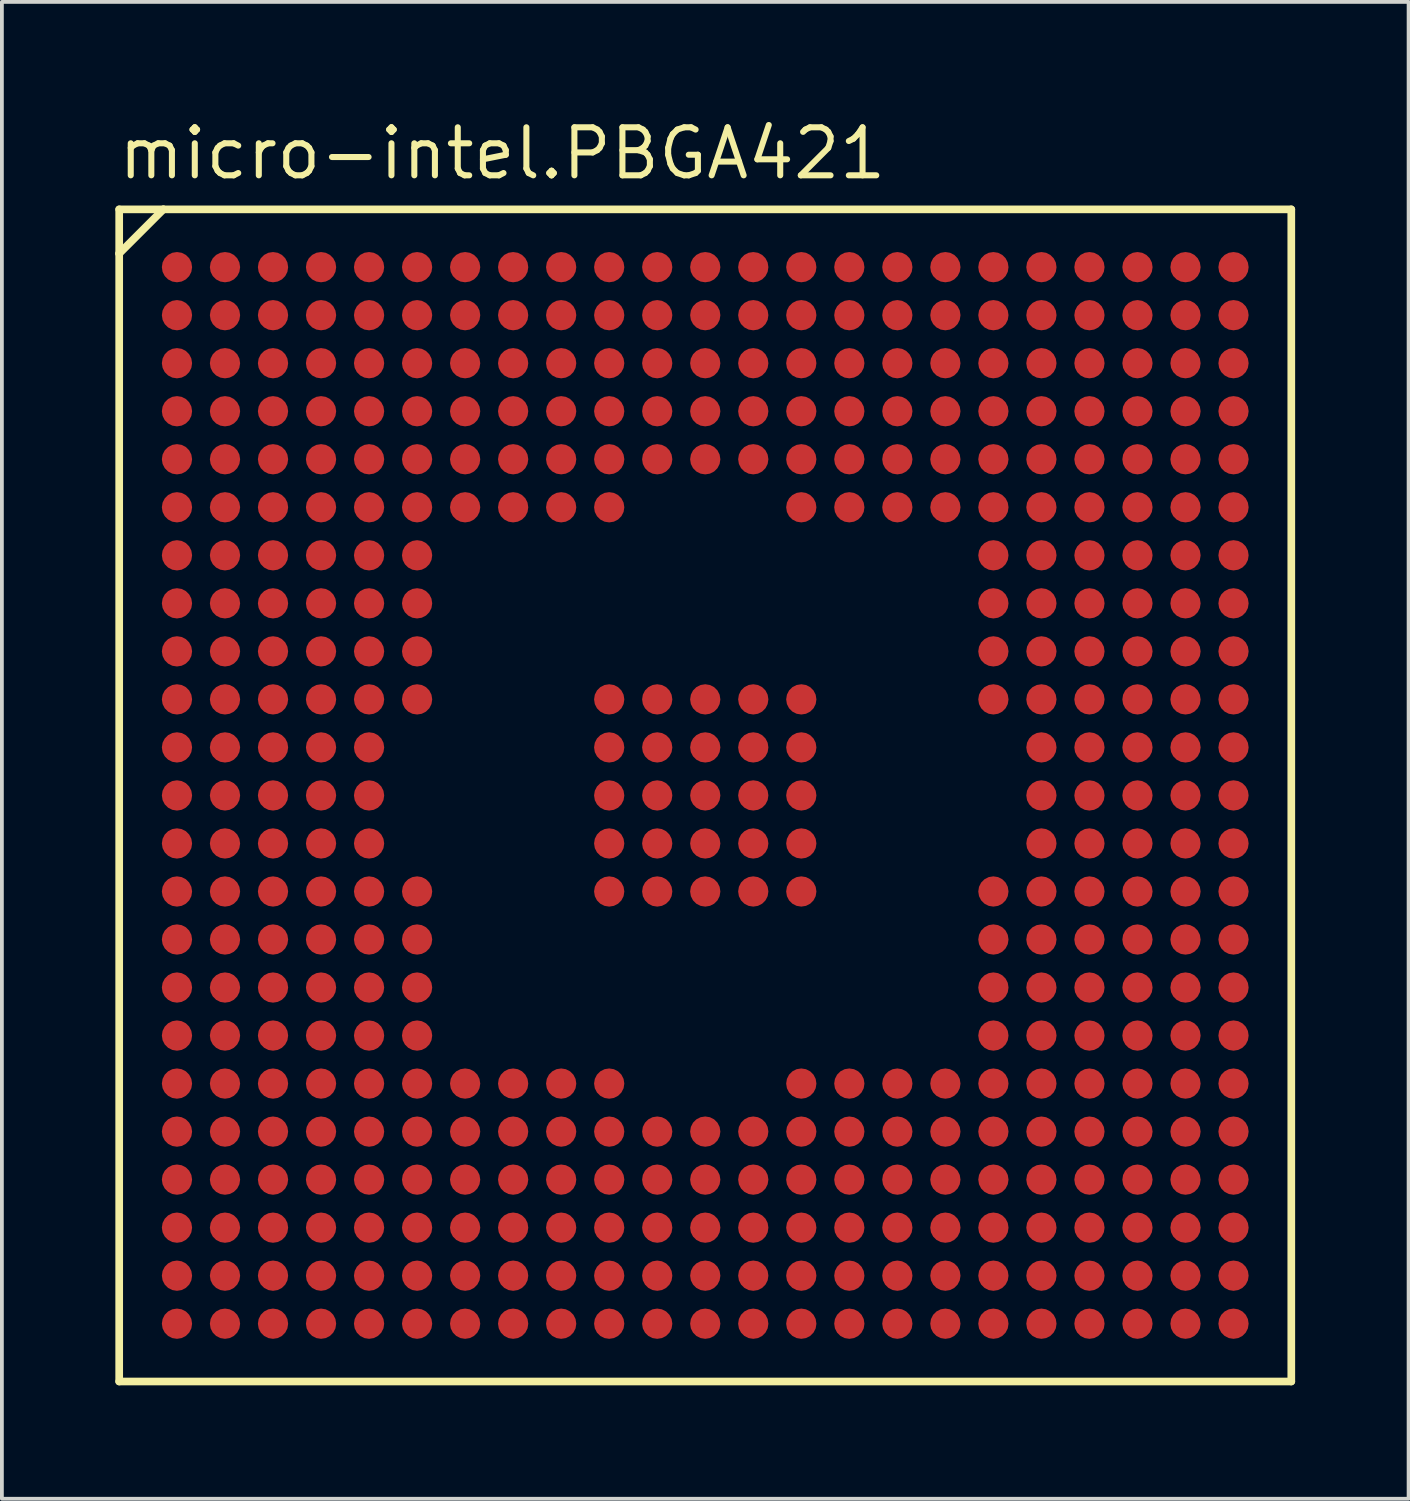
<source format=kicad_pcb>
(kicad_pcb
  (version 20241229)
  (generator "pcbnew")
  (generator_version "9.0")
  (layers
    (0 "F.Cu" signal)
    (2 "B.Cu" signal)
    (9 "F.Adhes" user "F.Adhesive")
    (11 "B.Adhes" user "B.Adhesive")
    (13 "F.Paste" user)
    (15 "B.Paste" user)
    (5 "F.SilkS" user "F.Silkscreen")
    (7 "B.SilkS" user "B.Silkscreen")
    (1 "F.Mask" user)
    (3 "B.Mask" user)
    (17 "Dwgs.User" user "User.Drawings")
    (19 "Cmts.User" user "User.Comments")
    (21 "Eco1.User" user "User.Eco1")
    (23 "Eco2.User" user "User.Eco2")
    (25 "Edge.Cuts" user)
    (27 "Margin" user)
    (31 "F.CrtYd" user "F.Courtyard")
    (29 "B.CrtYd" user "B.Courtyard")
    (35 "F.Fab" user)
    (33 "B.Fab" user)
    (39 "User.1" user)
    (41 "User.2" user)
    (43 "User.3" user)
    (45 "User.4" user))
  (footprint "micro-intel.PBGA421"
    (layer "F.Cu")
    (at 15.6 17.985)
    (property "Reference" "micro-intel.PBGA421" (at -15.6 -16.235 0) (layer "F.SilkS") (effects (font (size 1.27 1.27) (thickness 0.16)) (justify left bottom)))
    (attr smd)
    (fp_circle (center -13.97 -13.97) (end -13.57 -13.97) (stroke (width 0.1) (type default)) (fill no) (layer "F.Mask"))
    (fp_circle (center -13.97 -12.7) (end -13.57 -12.7) (stroke (width 0.1) (type default)) (fill no) (layer "F.Mask"))
    (fp_circle (center -13.97 -11.43) (end -13.57 -11.43) (stroke (width 0.1) (type default)) (fill no) (layer "F.Mask"))
    (fp_circle (center -13.97 -10.16) (end -13.57 -10.16) (stroke (width 0.1) (type default)) (fill no) (layer "F.Mask"))
    (fp_circle (center -13.97 -8.89) (end -13.57 -8.89) (stroke (width 0.1) (type default)) (fill no) (layer "F.Mask"))
    (fp_circle (center -13.97 -7.62) (end -13.57 -7.62) (stroke (width 0.1) (type default)) (fill no) (layer "F.Mask"))
    (fp_circle (center -13.97 -6.35) (end -13.57 -6.35) (stroke (width 0.1) (type default)) (fill no) (layer "F.Mask"))
    (fp_circle (center -13.97 -5.08) (end -13.57 -5.08) (stroke (width 0.1) (type default)) (fill no) (layer "F.Mask"))
    (fp_circle (center -13.97 -3.81) (end -13.57 -3.81) (stroke (width 0.1) (type default)) (fill no) (layer "F.Mask"))
    (fp_circle (center -13.97 -2.54) (end -13.57 -2.54) (stroke (width 0.1) (type default)) (fill no) (layer "F.Mask"))
    (fp_circle (center -13.97 -1.27) (end -13.57 -1.27) (stroke (width 0.1) (type default)) (fill no) (layer "F.Mask"))
    (fp_circle (center -13.97 0) (end -13.57 0) (stroke (width 0.1) (type default)) (fill no) (layer "F.Mask"))
    (fp_circle (center -13.97 1.27) (end -13.57 1.27) (stroke (width 0.1) (type default)) (fill no) (layer "F.Mask"))
    (fp_circle (center -13.97 2.54) (end -13.57 2.54) (stroke (width 0.1) (type default)) (fill no) (layer "F.Mask"))
    (fp_circle (center -13.97 3.81) (end -13.57 3.81) (stroke (width 0.1) (type default)) (fill no) (layer "F.Mask"))
    (fp_circle (center -13.97 5.08) (end -13.57 5.08) (stroke (width 0.1) (type default)) (fill no) (layer "F.Mask"))
    (fp_circle (center -13.97 6.35) (end -13.57 6.35) (stroke (width 0.1) (type default)) (fill no) (layer "F.Mask"))
    (fp_circle (center -13.97 7.62) (end -13.57 7.62) (stroke (width 0.1) (type default)) (fill no) (layer "F.Mask"))
    (fp_circle (center -13.97 8.89) (end -13.57 8.89) (stroke (width 0.1) (type default)) (fill no) (layer "F.Mask"))
    (fp_circle (center -13.97 10.16) (end -13.57 10.16) (stroke (width 0.1) (type default)) (fill no) (layer "F.Mask"))
    (fp_circle (center -13.97 11.43) (end -13.57 11.43) (stroke (width 0.1) (type default)) (fill no) (layer "F.Mask"))
    (fp_circle (center -13.97 12.7) (end -13.57 12.7) (stroke (width 0.1) (type default)) (fill no) (layer "F.Mask"))
    (fp_circle (center -13.97 13.97) (end -13.57 13.97) (stroke (width 0.1) (type default)) (fill no) (layer "F.Mask"))
    (fp_circle (center -12.7 -13.97) (end -12.3 -13.97) (stroke (width 0.1) (type default)) (fill no) (layer "F.Mask"))
    (fp_circle (center -12.7 -12.7) (end -12.3 -12.7) (stroke (width 0.1) (type default)) (fill no) (layer "F.Mask"))
    (fp_circle (center -12.7 -11.43) (end -12.3 -11.43) (stroke (width 0.1) (type default)) (fill no) (layer "F.Mask"))
    (fp_circle (center -12.7 -10.16) (end -12.3 -10.16) (stroke (width 0.1) (type default)) (fill no) (layer "F.Mask"))
    (fp_circle (center -12.7 -8.89) (end -12.3 -8.89) (stroke (width 0.1) (type default)) (fill no) (layer "F.Mask"))
    (fp_circle (center -12.7 -7.62) (end -12.3 -7.62) (stroke (width 0.1) (type default)) (fill no) (layer "F.Mask"))
    (fp_circle (center -12.7 -6.35) (end -12.3 -6.35) (stroke (width 0.1) (type default)) (fill no) (layer "F.Mask"))
    (fp_circle (center -12.7 -5.08) (end -12.3 -5.08) (stroke (width 0.1) (type default)) (fill no) (layer "F.Mask"))
    (fp_circle (center -12.7 -3.81) (end -12.3 -3.81) (stroke (width 0.1) (type default)) (fill no) (layer "F.Mask"))
    (fp_circle (center -12.7 -2.54) (end -12.3 -2.54) (stroke (width 0.1) (type default)) (fill no) (layer "F.Mask"))
    (fp_circle (center -12.7 -1.27) (end -12.3 -1.27) (stroke (width 0.1) (type default)) (fill no) (layer "F.Mask"))
    (fp_circle (center -12.7 0) (end -12.3 0) (stroke (width 0.1) (type default)) (fill no) (layer "F.Mask"))
    (fp_circle (center -12.7 1.27) (end -12.3 1.27) (stroke (width 0.1) (type default)) (fill no) (layer "F.Mask"))
    (fp_circle (center -12.7 2.54) (end -12.3 2.54) (stroke (width 0.1) (type default)) (fill no) (layer "F.Mask"))
    (fp_circle (center -12.7 3.81) (end -12.3 3.81) (stroke (width 0.1) (type default)) (fill no) (layer "F.Mask"))
    (fp_circle (center -12.7 5.08) (end -12.3 5.08) (stroke (width 0.1) (type default)) (fill no) (layer "F.Mask"))
    (fp_circle (center -12.7 6.35) (end -12.3 6.35) (stroke (width 0.1) (type default)) (fill no) (layer "F.Mask"))
    (fp_circle (center -12.7 7.62) (end -12.3 7.62) (stroke (width 0.1) (type default)) (fill no) (layer "F.Mask"))
    (fp_circle (center -12.7 8.89) (end -12.3 8.89) (stroke (width 0.1) (type default)) (fill no) (layer "F.Mask"))
    (fp_circle (center -12.7 10.16) (end -12.3 10.16) (stroke (width 0.1) (type default)) (fill no) (layer "F.Mask"))
    (fp_circle (center -12.7 11.43) (end -12.3 11.43) (stroke (width 0.1) (type default)) (fill no) (layer "F.Mask"))
    (fp_circle (center -12.7 12.7) (end -12.3 12.7) (stroke (width 0.1) (type default)) (fill no) (layer "F.Mask"))
    (fp_circle (center -12.7 13.97) (end -12.3 13.97) (stroke (width 0.1) (type default)) (fill no) (layer "F.Mask"))
    (fp_circle (center -11.43 -13.97) (end -11.03 -13.97) (stroke (width 0.1) (type default)) (fill no) (layer "F.Mask"))
    (fp_circle (center -11.43 -12.7) (end -11.03 -12.7) (stroke (width 0.1) (type default)) (fill no) (layer "F.Mask"))
    (fp_circle (center -11.43 -11.43) (end -11.03 -11.43) (stroke (width 0.1) (type default)) (fill no) (layer "F.Mask"))
    (fp_circle (center -11.43 -10.16) (end -11.03 -10.16) (stroke (width 0.1) (type default)) (fill no) (layer "F.Mask"))
    (fp_circle (center -11.43 -8.89) (end -11.03 -8.89) (stroke (width 0.1) (type default)) (fill no) (layer "F.Mask"))
    (fp_circle (center -11.43 -7.62) (end -11.03 -7.62) (stroke (width 0.1) (type default)) (fill no) (layer "F.Mask"))
    (fp_circle (center -11.43 -6.35) (end -11.03 -6.35) (stroke (width 0.1) (type default)) (fill no) (layer "F.Mask"))
    (fp_circle (center -11.43 -5.08) (end -11.03 -5.08) (stroke (width 0.1) (type default)) (fill no) (layer "F.Mask"))
    (fp_circle (center -11.43 -3.81) (end -11.03 -3.81) (stroke (width 0.1) (type default)) (fill no) (layer "F.Mask"))
    (fp_circle (center -11.43 -2.54) (end -11.03 -2.54) (stroke (width 0.1) (type default)) (fill no) (layer "F.Mask"))
    (fp_circle (center -11.43 -1.27) (end -11.03 -1.27) (stroke (width 0.1) (type default)) (fill no) (layer "F.Mask"))
    (fp_circle (center -11.43 0) (end -11.03 0) (stroke (width 0.1) (type default)) (fill no) (layer "F.Mask"))
    (fp_circle (center -11.43 1.27) (end -11.03 1.27) (stroke (width 0.1) (type default)) (fill no) (layer "F.Mask"))
    (fp_circle (center -11.43 2.54) (end -11.03 2.54) (stroke (width 0.1) (type default)) (fill no) (layer "F.Mask"))
    (fp_circle (center -11.43 3.81) (end -11.03 3.81) (stroke (width 0.1) (type default)) (fill no) (layer "F.Mask"))
    (fp_circle (center -11.43 5.08) (end -11.03 5.08) (stroke (width 0.1) (type default)) (fill no) (layer "F.Mask"))
    (fp_circle (center -11.43 6.35) (end -11.03 6.35) (stroke (width 0.1) (type default)) (fill no) (layer "F.Mask"))
    (fp_circle (center -11.43 7.62) (end -11.03 7.62) (stroke (width 0.1) (type default)) (fill no) (layer "F.Mask"))
    (fp_circle (center -11.43 8.89) (end -11.03 8.89) (stroke (width 0.1) (type default)) (fill no) (layer "F.Mask"))
    (fp_circle (center -11.43 10.16) (end -11.03 10.16) (stroke (width 0.1) (type default)) (fill no) (layer "F.Mask"))
    (fp_circle (center -11.43 11.43) (end -11.03 11.43) (stroke (width 0.1) (type default)) (fill no) (layer "F.Mask"))
    (fp_circle (center -11.43 12.7) (end -11.03 12.7) (stroke (width 0.1) (type default)) (fill no) (layer "F.Mask"))
    (fp_circle (center -11.43 13.97) (end -11.03 13.97) (stroke (width 0.1) (type default)) (fill no) (layer "F.Mask"))
    (fp_circle (center -10.16 -13.97) (end -9.76 -13.97) (stroke (width 0.1) (type default)) (fill no) (layer "F.Mask"))
    (fp_circle (center -10.16 -12.7) (end -9.76 -12.7) (stroke (width 0.1) (type default)) (fill no) (layer "F.Mask"))
    (fp_circle (center -10.16 -11.43) (end -9.76 -11.43) (stroke (width 0.1) (type default)) (fill no) (layer "F.Mask"))
    (fp_circle (center -10.16 -10.16) (end -9.76 -10.16) (stroke (width 0.1) (type default)) (fill no) (layer "F.Mask"))
    (fp_circle (center -10.16 -8.89) (end -9.76 -8.89) (stroke (width 0.1) (type default)) (fill no) (layer "F.Mask"))
    (fp_circle (center -10.16 -7.62) (end -9.76 -7.62) (stroke (width 0.1) (type default)) (fill no) (layer "F.Mask"))
    (fp_circle (center -10.16 -6.35) (end -9.76 -6.35) (stroke (width 0.1) (type default)) (fill no) (layer "F.Mask"))
    (fp_circle (center -10.16 -5.08) (end -9.76 -5.08) (stroke (width 0.1) (type default)) (fill no) (layer "F.Mask"))
    (fp_circle (center -10.16 -3.81) (end -9.76 -3.81) (stroke (width 0.1) (type default)) (fill no) (layer "F.Mask"))
    (fp_circle (center -10.16 -2.54) (end -9.76 -2.54) (stroke (width 0.1) (type default)) (fill no) (layer "F.Mask"))
    (fp_circle (center -10.16 -1.27) (end -9.76 -1.27) (stroke (width 0.1) (type default)) (fill no) (layer "F.Mask"))
    (fp_circle (center -10.16 0) (end -9.76 0) (stroke (width 0.1) (type default)) (fill no) (layer "F.Mask"))
    (fp_circle (center -10.16 1.27) (end -9.76 1.27) (stroke (width 0.1) (type default)) (fill no) (layer "F.Mask"))
    (fp_circle (center -10.16 2.54) (end -9.76 2.54) (stroke (width 0.1) (type default)) (fill no) (layer "F.Mask"))
    (fp_circle (center -10.16 3.81) (end -9.76 3.81) (stroke (width 0.1) (type default)) (fill no) (layer "F.Mask"))
    (fp_circle (center -10.16 5.08) (end -9.76 5.08) (stroke (width 0.1) (type default)) (fill no) (layer "F.Mask"))
    (fp_circle (center -10.16 6.35) (end -9.76 6.35) (stroke (width 0.1) (type default)) (fill no) (layer "F.Mask"))
    (fp_circle (center -10.16 7.62) (end -9.76 7.62) (stroke (width 0.1) (type default)) (fill no) (layer "F.Mask"))
    (fp_circle (center -10.16 8.89) (end -9.76 8.89) (stroke (width 0.1) (type default)) (fill no) (layer "F.Mask"))
    (fp_circle (center -10.16 10.16) (end -9.76 10.16) (stroke (width 0.1) (type default)) (fill no) (layer "F.Mask"))
    (fp_circle (center -10.16 11.43) (end -9.76 11.43) (stroke (width 0.1) (type default)) (fill no) (layer "F.Mask"))
    (fp_circle (center -10.16 12.7) (end -9.76 12.7) (stroke (width 0.1) (type default)) (fill no) (layer "F.Mask"))
    (fp_circle (center -10.16 13.97) (end -9.76 13.97) (stroke (width 0.1) (type default)) (fill no) (layer "F.Mask"))
    (fp_circle (center -8.89 -13.97) (end -8.49 -13.97) (stroke (width 0.1) (type default)) (fill no) (layer "F.Mask"))
    (fp_circle (center -8.89 -12.7) (end -8.49 -12.7) (stroke (width 0.1) (type default)) (fill no) (layer "F.Mask"))
    (fp_circle (center -8.89 -11.43) (end -8.49 -11.43) (stroke (width 0.1) (type default)) (fill no) (layer "F.Mask"))
    (fp_circle (center -8.89 -10.16) (end -8.49 -10.16) (stroke (width 0.1) (type default)) (fill no) (layer "F.Mask"))
    (fp_circle (center -8.89 -8.89) (end -8.49 -8.89) (stroke (width 0.1) (type default)) (fill no) (layer "F.Mask"))
    (fp_circle (center -8.89 -7.62) (end -8.49 -7.62) (stroke (width 0.1) (type default)) (fill no) (layer "F.Mask"))
    (fp_circle (center -8.89 -6.35) (end -8.49 -6.35) (stroke (width 0.1) (type default)) (fill no) (layer "F.Mask"))
    (fp_circle (center -8.89 -5.08) (end -8.49 -5.08) (stroke (width 0.1) (type default)) (fill no) (layer "F.Mask"))
    (fp_circle (center -8.89 -3.81) (end -8.49 -3.81) (stroke (width 0.1) (type default)) (fill no) (layer "F.Mask"))
    (fp_circle (center -8.89 -2.54) (end -8.49 -2.54) (stroke (width 0.1) (type default)) (fill no) (layer "F.Mask"))
    (fp_circle (center -8.89 -1.27) (end -8.49 -1.27) (stroke (width 0.1) (type default)) (fill no) (layer "F.Mask"))
    (fp_circle (center -8.89 0) (end -8.49 0) (stroke (width 0.1) (type default)) (fill no) (layer "F.Mask"))
    (fp_circle (center -8.89 1.27) (end -8.49 1.27) (stroke (width 0.1) (type default)) (fill no) (layer "F.Mask"))
    (fp_circle (center -8.89 2.54) (end -8.49 2.54) (stroke (width 0.1) (type default)) (fill no) (layer "F.Mask"))
    (fp_circle (center -8.89 3.81) (end -8.49 3.81) (stroke (width 0.1) (type default)) (fill no) (layer "F.Mask"))
    (fp_circle (center -8.89 5.08) (end -8.49 5.08) (stroke (width 0.1) (type default)) (fill no) (layer "F.Mask"))
    (fp_circle (center -8.89 6.35) (end -8.49 6.35) (stroke (width 0.1) (type default)) (fill no) (layer "F.Mask"))
    (fp_circle (center -8.89 7.62) (end -8.49 7.62) (stroke (width 0.1) (type default)) (fill no) (layer "F.Mask"))
    (fp_circle (center -8.89 8.89) (end -8.49 8.89) (stroke (width 0.1) (type default)) (fill no) (layer "F.Mask"))
    (fp_circle (center -8.89 10.16) (end -8.49 10.16) (stroke (width 0.1) (type default)) (fill no) (layer "F.Mask"))
    (fp_circle (center -8.89 11.43) (end -8.49 11.43) (stroke (width 0.1) (type default)) (fill no) (layer "F.Mask"))
    (fp_circle (center -8.89 12.7) (end -8.49 12.7) (stroke (width 0.1) (type default)) (fill no) (layer "F.Mask"))
    (fp_circle (center -8.89 13.97) (end -8.49 13.97) (stroke (width 0.1) (type default)) (fill no) (layer "F.Mask"))
    (fp_circle (center -7.62 -13.97) (end -7.22 -13.97) (stroke (width 0.1) (type default)) (fill no) (layer "F.Mask"))
    (fp_circle (center -7.62 -12.7) (end -7.22 -12.7) (stroke (width 0.1) (type default)) (fill no) (layer "F.Mask"))
    (fp_circle (center -7.62 -11.43) (end -7.22 -11.43) (stroke (width 0.1) (type default)) (fill no) (layer "F.Mask"))
    (fp_circle (center -7.62 -10.16) (end -7.22 -10.16) (stroke (width 0.1) (type default)) (fill no) (layer "F.Mask"))
    (fp_circle (center -7.62 -8.89) (end -7.22 -8.89) (stroke (width 0.1) (type default)) (fill no) (layer "F.Mask"))
    (fp_circle (center -7.62 -7.62) (end -7.22 -7.62) (stroke (width 0.1) (type default)) (fill no) (layer "F.Mask"))
    (fp_circle (center -7.62 -6.35) (end -7.22 -6.35) (stroke (width 0.1) (type default)) (fill no) (layer "F.Mask"))
    (fp_circle (center -7.62 -5.08) (end -7.22 -5.08) (stroke (width 0.1) (type default)) (fill no) (layer "F.Mask"))
    (fp_circle (center -7.62 -3.81) (end -7.22 -3.81) (stroke (width 0.1) (type default)) (fill no) (layer "F.Mask"))
    (fp_circle (center -7.62 -2.54) (end -7.22 -2.54) (stroke (width 0.1) (type default)) (fill no) (layer "F.Mask"))
    (fp_circle (center -7.62 2.54) (end -7.22 2.54) (stroke (width 0.1) (type default)) (fill no) (layer "F.Mask"))
    (fp_circle (center -7.62 3.81) (end -7.22 3.81) (stroke (width 0.1) (type default)) (fill no) (layer "F.Mask"))
    (fp_circle (center -7.62 5.08) (end -7.22 5.08) (stroke (width 0.1) (type default)) (fill no) (layer "F.Mask"))
    (fp_circle (center -7.62 6.35) (end -7.22 6.35) (stroke (width 0.1) (type default)) (fill no) (layer "F.Mask"))
    (fp_circle (center -7.62 7.62) (end -7.22 7.62) (stroke (width 0.1) (type default)) (fill no) (layer "F.Mask"))
    (fp_circle (center -7.62 8.89) (end -7.22 8.89) (stroke (width 0.1) (type default)) (fill no) (layer "F.Mask"))
    (fp_circle (center -7.62 10.16) (end -7.22 10.16) (stroke (width 0.1) (type default)) (fill no) (layer "F.Mask"))
    (fp_circle (center -7.62 11.43) (end -7.22 11.43) (stroke (width 0.1) (type default)) (fill no) (layer "F.Mask"))
    (fp_circle (center -7.62 12.7) (end -7.22 12.7) (stroke (width 0.1) (type default)) (fill no) (layer "F.Mask"))
    (fp_circle (center -7.62 13.97) (end -7.22 13.97) (stroke (width 0.1) (type default)) (fill no) (layer "F.Mask"))
    (fp_circle (center -6.35 -13.97) (end -5.95 -13.97) (stroke (width 0.1) (type default)) (fill no) (layer "F.Mask"))
    (fp_circle (center -6.35 -12.7) (end -5.95 -12.7) (stroke (width 0.1) (type default)) (fill no) (layer "F.Mask"))
    (fp_circle (center -6.35 -11.43) (end -5.95 -11.43) (stroke (width 0.1) (type default)) (fill no) (layer "F.Mask"))
    (fp_circle (center -6.35 -10.16) (end -5.95 -10.16) (stroke (width 0.1) (type default)) (fill no) (layer "F.Mask"))
    (fp_circle (center -6.35 -8.89) (end -5.95 -8.89) (stroke (width 0.1) (type default)) (fill no) (layer "F.Mask"))
    (fp_circle (center -6.35 -7.62) (end -5.95 -7.62) (stroke (width 0.1) (type default)) (fill no) (layer "F.Mask"))
    (fp_circle (center -6.35 7.62) (end -5.95 7.62) (stroke (width 0.1) (type default)) (fill no) (layer "F.Mask"))
    (fp_circle (center -6.35 8.89) (end -5.95 8.89) (stroke (width 0.1) (type default)) (fill no) (layer "F.Mask"))
    (fp_circle (center -6.35 10.16) (end -5.95 10.16) (stroke (width 0.1) (type default)) (fill no) (layer "F.Mask"))
    (fp_circle (center -6.35 11.43) (end -5.95 11.43) (stroke (width 0.1) (type default)) (fill no) (layer "F.Mask"))
    (fp_circle (center -6.35 12.7) (end -5.95 12.7) (stroke (width 0.1) (type default)) (fill no) (layer "F.Mask"))
    (fp_circle (center -6.35 13.97) (end -5.95 13.97) (stroke (width 0.1) (type default)) (fill no) (layer "F.Mask"))
    (fp_circle (center -5.08 -13.97) (end -4.68 -13.97) (stroke (width 0.1) (type default)) (fill no) (layer "F.Mask"))
    (fp_circle (center -5.08 -12.7) (end -4.68 -12.7) (stroke (width 0.1) (type default)) (fill no) (layer "F.Mask"))
    (fp_circle (center -5.08 -11.43) (end -4.68 -11.43) (stroke (width 0.1) (type default)) (fill no) (layer "F.Mask"))
    (fp_circle (center -5.08 -10.16) (end -4.68 -10.16) (stroke (width 0.1) (type default)) (fill no) (layer "F.Mask"))
    (fp_circle (center -5.08 -8.89) (end -4.68 -8.89) (stroke (width 0.1) (type default)) (fill no) (layer "F.Mask"))
    (fp_circle (center -5.08 -7.62) (end -4.68 -7.62) (stroke (width 0.1) (type default)) (fill no) (layer "F.Mask"))
    (fp_circle (center -5.08 7.62) (end -4.68 7.62) (stroke (width 0.1) (type default)) (fill no) (layer "F.Mask"))
    (fp_circle (center -5.08 8.89) (end -4.68 8.89) (stroke (width 0.1) (type default)) (fill no) (layer "F.Mask"))
    (fp_circle (center -5.08 10.16) (end -4.68 10.16) (stroke (width 0.1) (type default)) (fill no) (layer "F.Mask"))
    (fp_circle (center -5.08 11.43) (end -4.68 11.43) (stroke (width 0.1) (type default)) (fill no) (layer "F.Mask"))
    (fp_circle (center -5.08 12.7) (end -4.68 12.7) (stroke (width 0.1) (type default)) (fill no) (layer "F.Mask"))
    (fp_circle (center -5.08 13.97) (end -4.68 13.97) (stroke (width 0.1) (type default)) (fill no) (layer "F.Mask"))
    (fp_circle (center -3.81 -13.97) (end -3.41 -13.97) (stroke (width 0.1) (type default)) (fill no) (layer "F.Mask"))
    (fp_circle (center -3.81 -12.7) (end -3.41 -12.7) (stroke (width 0.1) (type default)) (fill no) (layer "F.Mask"))
    (fp_circle (center -3.81 -11.43) (end -3.41 -11.43) (stroke (width 0.1) (type default)) (fill no) (layer "F.Mask"))
    (fp_circle (center -3.81 -10.16) (end -3.41 -10.16) (stroke (width 0.1) (type default)) (fill no) (layer "F.Mask"))
    (fp_circle (center -3.81 -8.89) (end -3.41 -8.89) (stroke (width 0.1) (type default)) (fill no) (layer "F.Mask"))
    (fp_circle (center -3.81 -7.62) (end -3.41 -7.62) (stroke (width 0.1) (type default)) (fill no) (layer "F.Mask"))
    (fp_circle (center -3.81 7.62) (end -3.41 7.62) (stroke (width 0.1) (type default)) (fill no) (layer "F.Mask"))
    (fp_circle (center -3.81 8.89) (end -3.41 8.89) (stroke (width 0.1) (type default)) (fill no) (layer "F.Mask"))
    (fp_circle (center -3.81 10.16) (end -3.41 10.16) (stroke (width 0.1) (type default)) (fill no) (layer "F.Mask"))
    (fp_circle (center -3.81 11.43) (end -3.41 11.43) (stroke (width 0.1) (type default)) (fill no) (layer "F.Mask"))
    (fp_circle (center -3.81 12.7) (end -3.41 12.7) (stroke (width 0.1) (type default)) (fill no) (layer "F.Mask"))
    (fp_circle (center -3.81 13.97) (end -3.41 13.97) (stroke (width 0.1) (type default)) (fill no) (layer "F.Mask"))
    (fp_circle (center -2.54 -13.97) (end -2.14 -13.97) (stroke (width 0.1) (type default)) (fill no) (layer "F.Mask"))
    (fp_circle (center -2.54 -12.7) (end -2.14 -12.7) (stroke (width 0.1) (type default)) (fill no) (layer "F.Mask"))
    (fp_circle (center -2.54 -11.43) (end -2.14 -11.43) (stroke (width 0.1) (type default)) (fill no) (layer "F.Mask"))
    (fp_circle (center -2.54 -10.16) (end -2.14 -10.16) (stroke (width 0.1) (type default)) (fill no) (layer "F.Mask"))
    (fp_circle (center -2.54 -8.89) (end -2.14 -8.89) (stroke (width 0.1) (type default)) (fill no) (layer "F.Mask"))
    (fp_circle (center -2.54 -7.62) (end -2.14 -7.62) (stroke (width 0.1) (type default)) (fill no) (layer "F.Mask"))
    (fp_circle (center -2.54 -2.54) (end -2.14 -2.54) (stroke (width 0.1) (type default)) (fill no) (layer "F.Mask"))
    (fp_circle (center -2.54 -1.27) (end -2.14 -1.27) (stroke (width 0.1) (type default)) (fill no) (layer "F.Mask"))
    (fp_circle (center -2.54 0) (end -2.14 0) (stroke (width 0.1) (type default)) (fill no) (layer "F.Mask"))
    (fp_circle (center -2.54 1.27) (end -2.14 1.27) (stroke (width 0.1) (type default)) (fill no) (layer "F.Mask"))
    (fp_circle (center -2.54 2.54) (end -2.14 2.54) (stroke (width 0.1) (type default)) (fill no) (layer "F.Mask"))
    (fp_circle (center -2.54 7.62) (end -2.14 7.62) (stroke (width 0.1) (type default)) (fill no) (layer "F.Mask"))
    (fp_circle (center -2.54 8.89) (end -2.14 8.89) (stroke (width 0.1) (type default)) (fill no) (layer "F.Mask"))
    (fp_circle (center -2.54 10.16) (end -2.14 10.16) (stroke (width 0.1) (type default)) (fill no) (layer "F.Mask"))
    (fp_circle (center -2.54 11.43) (end -2.14 11.43) (stroke (width 0.1) (type default)) (fill no) (layer "F.Mask"))
    (fp_circle (center -2.54 12.7) (end -2.14 12.7) (stroke (width 0.1) (type default)) (fill no) (layer "F.Mask"))
    (fp_circle (center -2.54 13.97) (end -2.14 13.97) (stroke (width 0.1) (type default)) (fill no) (layer "F.Mask"))
    (fp_circle (center -1.27 -13.97) (end -0.87 -13.97) (stroke (width 0.1) (type default)) (fill no) (layer "F.Mask"))
    (fp_circle (center -1.27 -12.7) (end -0.87 -12.7) (stroke (width 0.1) (type default)) (fill no) (layer "F.Mask"))
    (fp_circle (center -1.27 -11.43) (end -0.87 -11.43) (stroke (width 0.1) (type default)) (fill no) (layer "F.Mask"))
    (fp_circle (center -1.27 -10.16) (end -0.87 -10.16) (stroke (width 0.1) (type default)) (fill no) (layer "F.Mask"))
    (fp_circle (center -1.27 -8.89) (end -0.87 -8.89) (stroke (width 0.1) (type default)) (fill no) (layer "F.Mask"))
    (fp_circle (center -1.27 -2.54) (end -0.87 -2.54) (stroke (width 0.1) (type default)) (fill no) (layer "F.Mask"))
    (fp_circle (center -1.27 -1.27) (end -0.87 -1.27) (stroke (width 0.1) (type default)) (fill no) (layer "F.Mask"))
    (fp_circle (center -1.27 0) (end -0.87 0) (stroke (width 0.1) (type default)) (fill no) (layer "F.Mask"))
    (fp_circle (center -1.27 1.27) (end -0.87 1.27) (stroke (width 0.1) (type default)) (fill no) (layer "F.Mask"))
    (fp_circle (center -1.27 2.54) (end -0.87 2.54) (stroke (width 0.1) (type default)) (fill no) (layer "F.Mask"))
    (fp_circle (center -1.27 8.89) (end -0.87 8.89) (stroke (width 0.1) (type default)) (fill no) (layer "F.Mask"))
    (fp_circle (center -1.27 10.16) (end -0.87 10.16) (stroke (width 0.1) (type default)) (fill no) (layer "F.Mask"))
    (fp_circle (center -1.27 11.43) (end -0.87 11.43) (stroke (width 0.1) (type default)) (fill no) (layer "F.Mask"))
    (fp_circle (center -1.27 12.7) (end -0.87 12.7) (stroke (width 0.1) (type default)) (fill no) (layer "F.Mask"))
    (fp_circle (center -1.27 13.97) (end -0.87 13.97) (stroke (width 0.1) (type default)) (fill no) (layer "F.Mask"))
    (fp_circle (center 0 -13.97) (end 0.4 -13.97) (stroke (width 0.1) (type default)) (fill no) (layer "F.Mask"))
    (fp_circle (center 0 -12.7) (end 0.4 -12.7) (stroke (width 0.1) (type default)) (fill no) (layer "F.Mask"))
    (fp_circle (center 0 -11.43) (end 0.4 -11.43) (stroke (width 0.1) (type default)) (fill no) (layer "F.Mask"))
    (fp_circle (center 0 -10.16) (end 0.4 -10.16) (stroke (width 0.1) (type default)) (fill no) (layer "F.Mask"))
    (fp_circle (center 0 -8.89) (end 0.4 -8.89) (stroke (width 0.1) (type default)) (fill no) (layer "F.Mask"))
    (fp_circle (center 0 -2.54) (end 0.4 -2.54) (stroke (width 0.1) (type default)) (fill no) (layer "F.Mask"))
    (fp_circle (center 0 -1.27) (end 0.4 -1.27) (stroke (width 0.1) (type default)) (fill no) (layer "F.Mask"))
    (fp_circle (center 0 0) (end 0.4 0) (stroke (width 0.1) (type default)) (fill no) (layer "F.Mask"))
    (fp_circle (center 0 1.27) (end 0.4 1.27) (stroke (width 0.1) (type default)) (fill no) (layer "F.Mask"))
    (fp_circle (center 0 2.54) (end 0.4 2.54) (stroke (width 0.1) (type default)) (fill no) (layer "F.Mask"))
    (fp_circle (center 0 8.89) (end 0.4 8.89) (stroke (width 0.1) (type default)) (fill no) (layer "F.Mask"))
    (fp_circle (center 0 10.16) (end 0.4 10.16) (stroke (width 0.1) (type default)) (fill no) (layer "F.Mask"))
    (fp_circle (center 0 11.43) (end 0.4 11.43) (stroke (width 0.1) (type default)) (fill no) (layer "F.Mask"))
    (fp_circle (center 0 12.7) (end 0.4 12.7) (stroke (width 0.1) (type default)) (fill no) (layer "F.Mask"))
    (fp_circle (center 0 13.97) (end 0.4 13.97) (stroke (width 0.1) (type default)) (fill no) (layer "F.Mask"))
    (fp_circle (center 1.27 -13.97) (end 1.67 -13.97) (stroke (width 0.1) (type default)) (fill no) (layer "F.Mask"))
    (fp_circle (center 1.27 -12.7) (end 1.67 -12.7) (stroke (width 0.1) (type default)) (fill no) (layer "F.Mask"))
    (fp_circle (center 1.27 -11.43) (end 1.67 -11.43) (stroke (width 0.1) (type default)) (fill no) (layer "F.Mask"))
    (fp_circle (center 1.27 -10.16) (end 1.67 -10.16) (stroke (width 0.1) (type default)) (fill no) (layer "F.Mask"))
    (fp_circle (center 1.27 -8.89) (end 1.67 -8.89) (stroke (width 0.1) (type default)) (fill no) (layer "F.Mask"))
    (fp_circle (center 1.27 -2.54) (end 1.67 -2.54) (stroke (width 0.1) (type default)) (fill no) (layer "F.Mask"))
    (fp_circle (center 1.27 -1.27) (end 1.67 -1.27) (stroke (width 0.1) (type default)) (fill no) (layer "F.Mask"))
    (fp_circle (center 1.27 0) (end 1.67 0) (stroke (width 0.1) (type default)) (fill no) (layer "F.Mask"))
    (fp_circle (center 1.27 1.27) (end 1.67 1.27) (stroke (width 0.1) (type default)) (fill no) (layer "F.Mask"))
    (fp_circle (center 1.27 2.54) (end 1.67 2.54) (stroke (width 0.1) (type default)) (fill no) (layer "F.Mask"))
    (fp_circle (center 1.27 8.89) (end 1.67 8.89) (stroke (width 0.1) (type default)) (fill no) (layer "F.Mask"))
    (fp_circle (center 1.27 10.16) (end 1.67 10.16) (stroke (width 0.1) (type default)) (fill no) (layer "F.Mask"))
    (fp_circle (center 1.27 11.43) (end 1.67 11.43) (stroke (width 0.1) (type default)) (fill no) (layer "F.Mask"))
    (fp_circle (center 1.27 12.7) (end 1.67 12.7) (stroke (width 0.1) (type default)) (fill no) (layer "F.Mask"))
    (fp_circle (center 1.27 13.97) (end 1.67 13.97) (stroke (width 0.1) (type default)) (fill no) (layer "F.Mask"))
    (fp_circle (center 2.54 -13.97) (end 2.94 -13.97) (stroke (width 0.1) (type default)) (fill no) (layer "F.Mask"))
    (fp_circle (center 2.54 -12.7) (end 2.94 -12.7) (stroke (width 0.1) (type default)) (fill no) (layer "F.Mask"))
    (fp_circle (center 2.54 -11.43) (end 2.94 -11.43) (stroke (width 0.1) (type default)) (fill no) (layer "F.Mask"))
    (fp_circle (center 2.54 -10.16) (end 2.94 -10.16) (stroke (width 0.1) (type default)) (fill no) (layer "F.Mask"))
    (fp_circle (center 2.54 -8.89) (end 2.94 -8.89) (stroke (width 0.1) (type default)) (fill no) (layer "F.Mask"))
    (fp_circle (center 2.54 -7.62) (end 2.94 -7.62) (stroke (width 0.1) (type default)) (fill no) (layer "F.Mask"))
    (fp_circle (center 2.54 -2.54) (end 2.94 -2.54) (stroke (width 0.1) (type default)) (fill no) (layer "F.Mask"))
    (fp_circle (center 2.54 -1.27) (end 2.94 -1.27) (stroke (width 0.1) (type default)) (fill no) (layer "F.Mask"))
    (fp_circle (center 2.54 0) (end 2.94 0) (stroke (width 0.1) (type default)) (fill no) (layer "F.Mask"))
    (fp_circle (center 2.54 1.27) (end 2.94 1.27) (stroke (width 0.1) (type default)) (fill no) (layer "F.Mask"))
    (fp_circle (center 2.54 2.54) (end 2.94 2.54) (stroke (width 0.1) (type default)) (fill no) (layer "F.Mask"))
    (fp_circle (center 2.54 7.62) (end 2.94 7.62) (stroke (width 0.1) (type default)) (fill no) (layer "F.Mask"))
    (fp_circle (center 2.54 8.89) (end 2.94 8.89) (stroke (width 0.1) (type default)) (fill no) (layer "F.Mask"))
    (fp_circle (center 2.54 10.16) (end 2.94 10.16) (stroke (width 0.1) (type default)) (fill no) (layer "F.Mask"))
    (fp_circle (center 2.54 11.43) (end 2.94 11.43) (stroke (width 0.1) (type default)) (fill no) (layer "F.Mask"))
    (fp_circle (center 2.54 12.7) (end 2.94 12.7) (stroke (width 0.1) (type default)) (fill no) (layer "F.Mask"))
    (fp_circle (center 2.54 13.97) (end 2.94 13.97) (stroke (width 0.1) (type default)) (fill no) (layer "F.Mask"))
    (fp_circle (center 3.81 -13.97) (end 4.21 -13.97) (stroke (width 0.1) (type default)) (fill no) (layer "F.Mask"))
    (fp_circle (center 3.81 -12.7) (end 4.21 -12.7) (stroke (width 0.1) (type default)) (fill no) (layer "F.Mask"))
    (fp_circle (center 3.81 -11.43) (end 4.21 -11.43) (stroke (width 0.1) (type default)) (fill no) (layer "F.Mask"))
    (fp_circle (center 3.81 -10.16) (end 4.21 -10.16) (stroke (width 0.1) (type default)) (fill no) (layer "F.Mask"))
    (fp_circle (center 3.81 -8.89) (end 4.21 -8.89) (stroke (width 0.1) (type default)) (fill no) (layer "F.Mask"))
    (fp_circle (center 3.81 -7.62) (end 4.21 -7.62) (stroke (width 0.1) (type default)) (fill no) (layer "F.Mask"))
    (fp_circle (center 3.81 7.62) (end 4.21 7.62) (stroke (width 0.1) (type default)) (fill no) (layer "F.Mask"))
    (fp_circle (center 3.81 8.89) (end 4.21 8.89) (stroke (width 0.1) (type default)) (fill no) (layer "F.Mask"))
    (fp_circle (center 3.81 10.16) (end 4.21 10.16) (stroke (width 0.1) (type default)) (fill no) (layer "F.Mask"))
    (fp_circle (center 3.81 11.43) (end 4.21 11.43) (stroke (width 0.1) (type default)) (fill no) (layer "F.Mask"))
    (fp_circle (center 3.81 12.7) (end 4.21 12.7) (stroke (width 0.1) (type default)) (fill no) (layer "F.Mask"))
    (fp_circle (center 3.81 13.97) (end 4.21 13.97) (stroke (width 0.1) (type default)) (fill no) (layer "F.Mask"))
    (fp_circle (center 5.08 -13.97) (end 5.48 -13.97) (stroke (width 0.1) (type default)) (fill no) (layer "F.Mask"))
    (fp_circle (center 5.08 -12.7) (end 5.48 -12.7) (stroke (width 0.1) (type default)) (fill no) (layer "F.Mask"))
    (fp_circle (center 5.08 -11.43) (end 5.48 -11.43) (stroke (width 0.1) (type default)) (fill no) (layer "F.Mask"))
    (fp_circle (center 5.08 -10.16) (end 5.48 -10.16) (stroke (width 0.1) (type default)) (fill no) (layer "F.Mask"))
    (fp_circle (center 5.08 -8.89) (end 5.48 -8.89) (stroke (width 0.1) (type default)) (fill no) (layer "F.Mask"))
    (fp_circle (center 5.08 -7.62) (end 5.48 -7.62) (stroke (width 0.1) (type default)) (fill no) (layer "F.Mask"))
    (fp_circle (center 5.08 7.62) (end 5.48 7.62) (stroke (width 0.1) (type default)) (fill no) (layer "F.Mask"))
    (fp_circle (center 5.08 8.89) (end 5.48 8.89) (stroke (width 0.1) (type default)) (fill no) (layer "F.Mask"))
    (fp_circle (center 5.08 10.16) (end 5.48 10.16) (stroke (width 0.1) (type default)) (fill no) (layer "F.Mask"))
    (fp_circle (center 5.08 11.43) (end 5.48 11.43) (stroke (width 0.1) (type default)) (fill no) (layer "F.Mask"))
    (fp_circle (center 5.08 12.7) (end 5.48 12.7) (stroke (width 0.1) (type default)) (fill no) (layer "F.Mask"))
    (fp_circle (center 5.08 13.97) (end 5.48 13.97) (stroke (width 0.1) (type default)) (fill no) (layer "F.Mask"))
    (fp_circle (center 6.35 -13.97) (end 6.75 -13.97) (stroke (width 0.1) (type default)) (fill no) (layer "F.Mask"))
    (fp_circle (center 6.35 -12.7) (end 6.75 -12.7) (stroke (width 0.1) (type default)) (fill no) (layer "F.Mask"))
    (fp_circle (center 6.35 -11.43) (end 6.75 -11.43) (stroke (width 0.1) (type default)) (fill no) (layer "F.Mask"))
    (fp_circle (center 6.35 -10.16) (end 6.75 -10.16) (stroke (width 0.1) (type default)) (fill no) (layer "F.Mask"))
    (fp_circle (center 6.35 -8.89) (end 6.75 -8.89) (stroke (width 0.1) (type default)) (fill no) (layer "F.Mask"))
    (fp_circle (center 6.35 -7.62) (end 6.75 -7.62) (stroke (width 0.1) (type default)) (fill no) (layer "F.Mask"))
    (fp_circle (center 6.35 7.62) (end 6.75 7.62) (stroke (width 0.1) (type default)) (fill no) (layer "F.Mask"))
    (fp_circle (center 6.35 8.89) (end 6.75 8.89) (stroke (width 0.1) (type default)) (fill no) (layer "F.Mask"))
    (fp_circle (center 6.35 10.16) (end 6.75 10.16) (stroke (width 0.1) (type default)) (fill no) (layer "F.Mask"))
    (fp_circle (center 6.35 11.43) (end 6.75 11.43) (stroke (width 0.1) (type default)) (fill no) (layer "F.Mask"))
    (fp_circle (center 6.35 12.7) (end 6.75 12.7) (stroke (width 0.1) (type default)) (fill no) (layer "F.Mask"))
    (fp_circle (center 6.35 13.97) (end 6.75 13.97) (stroke (width 0.1) (type default)) (fill no) (layer "F.Mask"))
    (fp_circle (center 7.62 -13.97) (end 8.02 -13.97) (stroke (width 0.1) (type default)) (fill no) (layer "F.Mask"))
    (fp_circle (center 7.62 -12.7) (end 8.02 -12.7) (stroke (width 0.1) (type default)) (fill no) (layer "F.Mask"))
    (fp_circle (center 7.62 -11.43) (end 8.02 -11.43) (stroke (width 0.1) (type default)) (fill no) (layer "F.Mask"))
    (fp_circle (center 7.62 -10.16) (end 8.02 -10.16) (stroke (width 0.1) (type default)) (fill no) (layer "F.Mask"))
    (fp_circle (center 7.62 -8.89) (end 8.02 -8.89) (stroke (width 0.1) (type default)) (fill no) (layer "F.Mask"))
    (fp_circle (center 7.62 -7.62) (end 8.02 -7.62) (stroke (width 0.1) (type default)) (fill no) (layer "F.Mask"))
    (fp_circle (center 7.62 -6.35) (end 8.02 -6.35) (stroke (width 0.1) (type default)) (fill no) (layer "F.Mask"))
    (fp_circle (center 7.62 -5.08) (end 8.02 -5.08) (stroke (width 0.1) (type default)) (fill no) (layer "F.Mask"))
    (fp_circle (center 7.62 -3.81) (end 8.02 -3.81) (stroke (width 0.1) (type default)) (fill no) (layer "F.Mask"))
    (fp_circle (center 7.62 -2.54) (end 8.02 -2.54) (stroke (width 0.1) (type default)) (fill no) (layer "F.Mask"))
    (fp_circle (center 7.62 2.54) (end 8.02 2.54) (stroke (width 0.1) (type default)) (fill no) (layer "F.Mask"))
    (fp_circle (center 7.62 3.81) (end 8.02 3.81) (stroke (width 0.1) (type default)) (fill no) (layer "F.Mask"))
    (fp_circle (center 7.62 5.08) (end 8.02 5.08) (stroke (width 0.1) (type default)) (fill no) (layer "F.Mask"))
    (fp_circle (center 7.62 6.35) (end 8.02 6.35) (stroke (width 0.1) (type default)) (fill no) (layer "F.Mask"))
    (fp_circle (center 7.62 7.62) (end 8.02 7.62) (stroke (width 0.1) (type default)) (fill no) (layer "F.Mask"))
    (fp_circle (center 7.62 8.89) (end 8.02 8.89) (stroke (width 0.1) (type default)) (fill no) (layer "F.Mask"))
    (fp_circle (center 7.62 10.16) (end 8.02 10.16) (stroke (width 0.1) (type default)) (fill no) (layer "F.Mask"))
    (fp_circle (center 7.62 11.43) (end 8.02 11.43) (stroke (width 0.1) (type default)) (fill no) (layer "F.Mask"))
    (fp_circle (center 7.62 12.7) (end 8.02 12.7) (stroke (width 0.1) (type default)) (fill no) (layer "F.Mask"))
    (fp_circle (center 7.62 13.97) (end 8.02 13.97) (stroke (width 0.1) (type default)) (fill no) (layer "F.Mask"))
    (fp_circle (center 8.89 -13.97) (end 9.29 -13.97) (stroke (width 0.1) (type default)) (fill no) (layer "F.Mask"))
    (fp_circle (center 8.89 -12.7) (end 9.29 -12.7) (stroke (width 0.1) (type default)) (fill no) (layer "F.Mask"))
    (fp_circle (center 8.89 -11.43) (end 9.29 -11.43) (stroke (width 0.1) (type default)) (fill no) (layer "F.Mask"))
    (fp_circle (center 8.89 -10.16) (end 9.29 -10.16) (stroke (width 0.1) (type default)) (fill no) (layer "F.Mask"))
    (fp_circle (center 8.89 -8.89) (end 9.29 -8.89) (stroke (width 0.1) (type default)) (fill no) (layer "F.Mask"))
    (fp_circle (center 8.89 -7.62) (end 9.29 -7.62) (stroke (width 0.1) (type default)) (fill no) (layer "F.Mask"))
    (fp_circle (center 8.89 -6.35) (end 9.29 -6.35) (stroke (width 0.1) (type default)) (fill no) (layer "F.Mask"))
    (fp_circle (center 8.89 -5.08) (end 9.29 -5.08) (stroke (width 0.1) (type default)) (fill no) (layer "F.Mask"))
    (fp_circle (center 8.89 -3.81) (end 9.29 -3.81) (stroke (width 0.1) (type default)) (fill no) (layer "F.Mask"))
    (fp_circle (center 8.89 -2.54) (end 9.29 -2.54) (stroke (width 0.1) (type default)) (fill no) (layer "F.Mask"))
    (fp_circle (center 8.89 -1.27) (end 9.29 -1.27) (stroke (width 0.1) (type default)) (fill no) (layer "F.Mask"))
    (fp_circle (center 8.89 0) (end 9.29 0) (stroke (width 0.1) (type default)) (fill no) (layer "F.Mask"))
    (fp_circle (center 8.89 1.27) (end 9.29 1.27) (stroke (width 0.1) (type default)) (fill no) (layer "F.Mask"))
    (fp_circle (center 8.89 2.54) (end 9.29 2.54) (stroke (width 0.1) (type default)) (fill no) (layer "F.Mask"))
    (fp_circle (center 8.89 3.81) (end 9.29 3.81) (stroke (width 0.1) (type default)) (fill no) (layer "F.Mask"))
    (fp_circle (center 8.89 5.08) (end 9.29 5.08) (stroke (width 0.1) (type default)) (fill no) (layer "F.Mask"))
    (fp_circle (center 8.89 6.35) (end 9.29 6.35) (stroke (width 0.1) (type default)) (fill no) (layer "F.Mask"))
    (fp_circle (center 8.89 7.62) (end 9.29 7.62) (stroke (width 0.1) (type default)) (fill no) (layer "F.Mask"))
    (fp_circle (center 8.89 8.89) (end 9.29 8.89) (stroke (width 0.1) (type default)) (fill no) (layer "F.Mask"))
    (fp_circle (center 8.89 10.16) (end 9.29 10.16) (stroke (width 0.1) (type default)) (fill no) (layer "F.Mask"))
    (fp_circle (center 8.89 11.43) (end 9.29 11.43) (stroke (width 0.1) (type default)) (fill no) (layer "F.Mask"))
    (fp_circle (center 8.89 12.7) (end 9.29 12.7) (stroke (width 0.1) (type default)) (fill no) (layer "F.Mask"))
    (fp_circle (center 8.89 13.97) (end 9.29 13.97) (stroke (width 0.1) (type default)) (fill no) (layer "F.Mask"))
    (fp_circle (center 10.16 -13.97) (end 10.56 -13.97) (stroke (width 0.1) (type default)) (fill no) (layer "F.Mask"))
    (fp_circle (center 10.16 -12.7) (end 10.56 -12.7) (stroke (width 0.1) (type default)) (fill no) (layer "F.Mask"))
    (fp_circle (center 10.16 -11.43) (end 10.56 -11.43) (stroke (width 0.1) (type default)) (fill no) (layer "F.Mask"))
    (fp_circle (center 10.16 -10.16) (end 10.56 -10.16) (stroke (width 0.1) (type default)) (fill no) (layer "F.Mask"))
    (fp_circle (center 10.16 -8.89) (end 10.56 -8.89) (stroke (width 0.1) (type default)) (fill no) (layer "F.Mask"))
    (fp_circle (center 10.16 -7.62) (end 10.56 -7.62) (stroke (width 0.1) (type default)) (fill no) (layer "F.Mask"))
    (fp_circle (center 10.16 -6.35) (end 10.56 -6.35) (stroke (width 0.1) (type default)) (fill no) (layer "F.Mask"))
    (fp_circle (center 10.16 -5.08) (end 10.56 -5.08) (stroke (width 0.1) (type default)) (fill no) (layer "F.Mask"))
    (fp_circle (center 10.16 -3.81) (end 10.56 -3.81) (stroke (width 0.1) (type default)) (fill no) (layer "F.Mask"))
    (fp_circle (center 10.16 -2.54) (end 10.56 -2.54) (stroke (width 0.1) (type default)) (fill no) (layer "F.Mask"))
    (fp_circle (center 10.16 -1.27) (end 10.56 -1.27) (stroke (width 0.1) (type default)) (fill no) (layer "F.Mask"))
    (fp_circle (center 10.16 0) (end 10.56 0) (stroke (width 0.1) (type default)) (fill no) (layer "F.Mask"))
    (fp_circle (center 10.16 1.27) (end 10.56 1.27) (stroke (width 0.1) (type default)) (fill no) (layer "F.Mask"))
    (fp_circle (center 10.16 2.54) (end 10.56 2.54) (stroke (width 0.1) (type default)) (fill no) (layer "F.Mask"))
    (fp_circle (center 10.16 3.81) (end 10.56 3.81) (stroke (width 0.1) (type default)) (fill no) (layer "F.Mask"))
    (fp_circle (center 10.16 5.08) (end 10.56 5.08) (stroke (width 0.1) (type default)) (fill no) (layer "F.Mask"))
    (fp_circle (center 10.16 6.35) (end 10.56 6.35) (stroke (width 0.1) (type default)) (fill no) (layer "F.Mask"))
    (fp_circle (center 10.16 7.62) (end 10.56 7.62) (stroke (width 0.1) (type default)) (fill no) (layer "F.Mask"))
    (fp_circle (center 10.16 8.89) (end 10.56 8.89) (stroke (width 0.1) (type default)) (fill no) (layer "F.Mask"))
    (fp_circle (center 10.16 10.16) (end 10.56 10.16) (stroke (width 0.1) (type default)) (fill no) (layer "F.Mask"))
    (fp_circle (center 10.16 11.43) (end 10.56 11.43) (stroke (width 0.1) (type default)) (fill no) (layer "F.Mask"))
    (fp_circle (center 10.16 12.7) (end 10.56 12.7) (stroke (width 0.1) (type default)) (fill no) (layer "F.Mask"))
    (fp_circle (center 10.16 13.97) (end 10.56 13.97) (stroke (width 0.1) (type default)) (fill no) (layer "F.Mask"))
    (fp_circle (center 11.43 -13.97) (end 11.83 -13.97) (stroke (width 0.1) (type default)) (fill no) (layer "F.Mask"))
    (fp_circle (center 11.43 -12.7) (end 11.83 -12.7) (stroke (width 0.1) (type default)) (fill no) (layer "F.Mask"))
    (fp_circle (center 11.43 -11.43) (end 11.83 -11.43) (stroke (width 0.1) (type default)) (fill no) (layer "F.Mask"))
    (fp_circle (center 11.43 -10.16) (end 11.83 -10.16) (stroke (width 0.1) (type default)) (fill no) (layer "F.Mask"))
    (fp_circle (center 11.43 -8.89) (end 11.83 -8.89) (stroke (width 0.1) (type default)) (fill no) (layer "F.Mask"))
    (fp_circle (center 11.43 -7.62) (end 11.83 -7.62) (stroke (width 0.1) (type default)) (fill no) (layer "F.Mask"))
    (fp_circle (center 11.43 -6.35) (end 11.83 -6.35) (stroke (width 0.1) (type default)) (fill no) (layer "F.Mask"))
    (fp_circle (center 11.43 -5.08) (end 11.83 -5.08) (stroke (width 0.1) (type default)) (fill no) (layer "F.Mask"))
    (fp_circle (center 11.43 -3.81) (end 11.83 -3.81) (stroke (width 0.1) (type default)) (fill no) (layer "F.Mask"))
    (fp_circle (center 11.43 -2.54) (end 11.83 -2.54) (stroke (width 0.1) (type default)) (fill no) (layer "F.Mask"))
    (fp_circle (center 11.43 -1.27) (end 11.83 -1.27) (stroke (width 0.1) (type default)) (fill no) (layer "F.Mask"))
    (fp_circle (center 11.43 0) (end 11.83 0) (stroke (width 0.1) (type default)) (fill no) (layer "F.Mask"))
    (fp_circle (center 11.43 1.27) (end 11.83 1.27) (stroke (width 0.1) (type default)) (fill no) (layer "F.Mask"))
    (fp_circle (center 11.43 2.54) (end 11.83 2.54) (stroke (width 0.1) (type default)) (fill no) (layer "F.Mask"))
    (fp_circle (center 11.43 3.81) (end 11.83 3.81) (stroke (width 0.1) (type default)) (fill no) (layer "F.Mask"))
    (fp_circle (center 11.43 5.08) (end 11.83 5.08) (stroke (width 0.1) (type default)) (fill no) (layer "F.Mask"))
    (fp_circle (center 11.43 6.35) (end 11.83 6.35) (stroke (width 0.1) (type default)) (fill no) (layer "F.Mask"))
    (fp_circle (center 11.43 7.62) (end 11.83 7.62) (stroke (width 0.1) (type default)) (fill no) (layer "F.Mask"))
    (fp_circle (center 11.43 8.89) (end 11.83 8.89) (stroke (width 0.1) (type default)) (fill no) (layer "F.Mask"))
    (fp_circle (center 11.43 10.16) (end 11.83 10.16) (stroke (width 0.1) (type default)) (fill no) (layer "F.Mask"))
    (fp_circle (center 11.43 11.43) (end 11.83 11.43) (stroke (width 0.1) (type default)) (fill no) (layer "F.Mask"))
    (fp_circle (center 11.43 12.7) (end 11.83 12.7) (stroke (width 0.1) (type default)) (fill no) (layer "F.Mask"))
    (fp_circle (center 11.43 13.97) (end 11.83 13.97) (stroke (width 0.1) (type default)) (fill no) (layer "F.Mask"))
    (fp_circle (center 12.7 -13.97) (end 13.1 -13.97) (stroke (width 0.1) (type default)) (fill no) (layer "F.Mask"))
    (fp_circle (center 12.7 -12.7) (end 13.1 -12.7) (stroke (width 0.1) (type default)) (fill no) (layer "F.Mask"))
    (fp_circle (center 12.7 -11.43) (end 13.1 -11.43) (stroke (width 0.1) (type default)) (fill no) (layer "F.Mask"))
    (fp_circle (center 12.7 -10.16) (end 13.1 -10.16) (stroke (width 0.1) (type default)) (fill no) (layer "F.Mask"))
    (fp_circle (center 12.7 -8.89) (end 13.1 -8.89) (stroke (width 0.1) (type default)) (fill no) (layer "F.Mask"))
    (fp_circle (center 12.7 -7.62) (end 13.1 -7.62) (stroke (width 0.1) (type default)) (fill no) (layer "F.Mask"))
    (fp_circle (center 12.7 -6.35) (end 13.1 -6.35) (stroke (width 0.1) (type default)) (fill no) (layer "F.Mask"))
    (fp_circle (center 12.7 -5.08) (end 13.1 -5.08) (stroke (width 0.1) (type default)) (fill no) (layer "F.Mask"))
    (fp_circle (center 12.7 -3.81) (end 13.1 -3.81) (stroke (width 0.1) (type default)) (fill no) (layer "F.Mask"))
    (fp_circle (center 12.7 -2.54) (end 13.1 -2.54) (stroke (width 0.1) (type default)) (fill no) (layer "F.Mask"))
    (fp_circle (center 12.7 -1.27) (end 13.1 -1.27) (stroke (width 0.1) (type default)) (fill no) (layer "F.Mask"))
    (fp_circle (center 12.7 0) (end 13.1 0) (stroke (width 0.1) (type default)) (fill no) (layer "F.Mask"))
    (fp_circle (center 12.7 1.27) (end 13.1 1.27) (stroke (width 0.1) (type default)) (fill no) (layer "F.Mask"))
    (fp_circle (center 12.7 2.54) (end 13.1 2.54) (stroke (width 0.1) (type default)) (fill no) (layer "F.Mask"))
    (fp_circle (center 12.7 3.81) (end 13.1 3.81) (stroke (width 0.1) (type default)) (fill no) (layer "F.Mask"))
    (fp_circle (center 12.7 5.08) (end 13.1 5.08) (stroke (width 0.1) (type default)) (fill no) (layer "F.Mask"))
    (fp_circle (center 12.7 6.35) (end 13.1 6.35) (stroke (width 0.1) (type default)) (fill no) (layer "F.Mask"))
    (fp_circle (center 12.7 7.62) (end 13.1 7.62) (stroke (width 0.1) (type default)) (fill no) (layer "F.Mask"))
    (fp_circle (center 12.7 8.89) (end 13.1 8.89) (stroke (width 0.1) (type default)) (fill no) (layer "F.Mask"))
    (fp_circle (center 12.7 10.16) (end 13.1 10.16) (stroke (width 0.1) (type default)) (fill no) (layer "F.Mask"))
    (fp_circle (center 12.7 11.43) (end 13.1 11.43) (stroke (width 0.1) (type default)) (fill no) (layer "F.Mask"))
    (fp_circle (center 12.7 12.7) (end 13.1 12.7) (stroke (width 0.1) (type default)) (fill no) (layer "F.Mask"))
    (fp_circle (center 12.7 13.97) (end 13.1 13.97) (stroke (width 0.1) (type default)) (fill no) (layer "F.Mask"))
    (fp_circle (center 13.97 -13.97) (end 14.37 -13.97) (stroke (width 0.1) (type default)) (fill no) (layer "F.Mask"))
    (fp_circle (center 13.97 -12.7) (end 14.37 -12.7) (stroke (width 0.1) (type default)) (fill no) (layer "F.Mask"))
    (fp_circle (center 13.97 -11.43) (end 14.37 -11.43) (stroke (width 0.1) (type default)) (fill no) (layer "F.Mask"))
    (fp_circle (center 13.97 -10.16) (end 14.37 -10.16) (stroke (width 0.1) (type default)) (fill no) (layer "F.Mask"))
    (fp_circle (center 13.97 -8.89) (end 14.37 -8.89) (stroke (width 0.1) (type default)) (fill no) (layer "F.Mask"))
    (fp_circle (center 13.97 -7.62) (end 14.37 -7.62) (stroke (width 0.1) (type default)) (fill no) (layer "F.Mask"))
    (fp_circle (center 13.97 -6.35) (end 14.37 -6.35) (stroke (width 0.1) (type default)) (fill no) (layer "F.Mask"))
    (fp_circle (center 13.97 -5.08) (end 14.37 -5.08) (stroke (width 0.1) (type default)) (fill no) (layer "F.Mask"))
    (fp_circle (center 13.97 -3.81) (end 14.37 -3.81) (stroke (width 0.1) (type default)) (fill no) (layer "F.Mask"))
    (fp_circle (center 13.97 -2.54) (end 14.37 -2.54) (stroke (width 0.1) (type default)) (fill no) (layer "F.Mask"))
    (fp_circle (center 13.97 -1.27) (end 14.37 -1.27) (stroke (width 0.1) (type default)) (fill no) (layer "F.Mask"))
    (fp_circle (center 13.97 0) (end 14.37 0) (stroke (width 0.1) (type default)) (fill no) (layer "F.Mask"))
    (fp_circle (center 13.97 1.27) (end 14.37 1.27) (stroke (width 0.1) (type default)) (fill no) (layer "F.Mask"))
    (fp_circle (center 13.97 2.54) (end 14.37 2.54) (stroke (width 0.1) (type default)) (fill no) (layer "F.Mask"))
    (fp_circle (center 13.97 3.81) (end 14.37 3.81) (stroke (width 0.1) (type default)) (fill no) (layer "F.Mask"))
    (fp_circle (center 13.97 5.08) (end 14.37 5.08) (stroke (width 0.1) (type default)) (fill no) (layer "F.Mask"))
    (fp_circle (center 13.97 6.35) (end 14.37 6.35) (stroke (width 0.1) (type default)) (fill no) (layer "F.Mask"))
    (fp_circle (center 13.97 7.62) (end 14.37 7.62) (stroke (width 0.1) (type default)) (fill no) (layer "F.Mask"))
    (fp_circle (center 13.97 8.89) (end 14.37 8.89) (stroke (width 0.1) (type default)) (fill no) (layer "F.Mask"))
    (fp_circle (center 13.97 10.16) (end 14.37 10.16) (stroke (width 0.1) (type default)) (fill no) (layer "F.Mask"))
    (fp_circle (center 13.97 11.43) (end 14.37 11.43) (stroke (width 0.1) (type default)) (fill no) (layer "F.Mask"))
    (fp_circle (center 13.97 12.7) (end 14.37 12.7) (stroke (width 0.1) (type default)) (fill no) (layer "F.Mask"))
    (fp_circle (center 13.97 13.97) (end 14.37 13.97) (stroke (width 0.1) (type default)) (fill no) (layer "F.Mask"))
    (fp_line (start -15.498 -15.498) (end -15.498 -14.33) (stroke (width 0.203) (type default)) (layer "F.SilkS"))
    (fp_line (start -15.498 -14.33) (end -15.498 15.498) (stroke (width 0.203) (type default)) (layer "F.SilkS"))
    (fp_line (start -15.498 -14.33) (end -14.33 -15.498) (stroke (width 0.203) (type default)) (layer "F.SilkS"))
    (fp_line (start -15.498 15.498) (end 15.498 15.498) (stroke (width 0.203) (type default)) (layer "F.SilkS"))
    (fp_line (start -14.33 -15.498) (end -15.498 -15.498) (stroke (width 0.203) (type default)) (layer "F.SilkS"))
    (fp_line (start 15.498 -15.498) (end -14.33 -15.498) (stroke (width 0.203) (type default)) (layer "F.SilkS"))
    (fp_line (start 15.498 15.498) (end 15.498 -15.498) (stroke (width 0.203) (type default)) (layer "F.SilkS"))
    (pad "A1" smd roundrect (at -13.97 -13.97) (size 0.8 0.8) (layers "F.Cu" "F.Mask" "F.Paste") (roundrect_rratio 0.5))
    (pad "A2" smd roundrect (at -12.7 -13.97) (size 0.8 0.8) (layers "F.Cu" "F.Mask" "F.Paste") (roundrect_rratio 0.5))
    (pad "A3" smd roundrect (at -11.43 -13.97) (size 0.8 0.8) (layers "F.Cu" "F.Mask" "F.Paste") (roundrect_rratio 0.5))
    (pad "A4" smd roundrect (at -10.16 -13.97) (size 0.8 0.8) (layers "F.Cu" "F.Mask" "F.Paste") (roundrect_rratio 0.5))
    (pad "A5" smd roundrect (at -8.89 -13.97) (size 0.8 0.8) (layers "F.Cu" "F.Mask" "F.Paste") (roundrect_rratio 0.5))
    (pad "A6" smd roundrect (at -7.62 -13.97) (size 0.8 0.8) (layers "F.Cu" "F.Mask" "F.Paste") (roundrect_rratio 0.5))
    (pad "A7" smd roundrect (at -6.35 -13.97) (size 0.8 0.8) (layers "F.Cu" "F.Mask" "F.Paste") (roundrect_rratio 0.5))
    (pad "A8" smd roundrect (at -5.08 -13.97) (size 0.8 0.8) (layers "F.Cu" "F.Mask" "F.Paste") (roundrect_rratio 0.5))
    (pad "A9" smd roundrect (at -3.81 -13.97) (size 0.8 0.8) (layers "F.Cu" "F.Mask" "F.Paste") (roundrect_rratio 0.5))
    (pad "A10" smd roundrect (at -2.54 -13.97) (size 0.8 0.8) (layers "F.Cu" "F.Mask" "F.Paste") (roundrect_rratio 0.5))
    (pad "A11" smd roundrect (at -1.27 -13.97) (size 0.8 0.8) (layers "F.Cu" "F.Mask" "F.Paste") (roundrect_rratio 0.5))
    (pad "A12" smd roundrect (at 0 -13.97) (size 0.8 0.8) (layers "F.Cu" "F.Mask" "F.Paste") (roundrect_rratio 0.5))
    (pad "A13" smd roundrect (at 1.27 -13.97) (size 0.8 0.8) (layers "F.Cu" "F.Mask" "F.Paste") (roundrect_rratio 0.5))
    (pad "A14" smd roundrect (at 2.54 -13.97) (size 0.8 0.8) (layers "F.Cu" "F.Mask" "F.Paste") (roundrect_rratio 0.5))
    (pad "A15" smd roundrect (at 3.81 -13.97) (size 0.8 0.8) (layers "F.Cu" "F.Mask" "F.Paste") (roundrect_rratio 0.5))
    (pad "A16" smd roundrect (at 5.08 -13.97) (size 0.8 0.8) (layers "F.Cu" "F.Mask" "F.Paste") (roundrect_rratio 0.5))
    (pad "A17" smd roundrect (at 6.35 -13.97) (size 0.8 0.8) (layers "F.Cu" "F.Mask" "F.Paste") (roundrect_rratio 0.5))
    (pad "A18" smd roundrect (at 7.62 -13.97) (size 0.8 0.8) (layers "F.Cu" "F.Mask" "F.Paste") (roundrect_rratio 0.5))
    (pad "A19" smd roundrect (at 8.89 -13.97) (size 0.8 0.8) (layers "F.Cu" "F.Mask" "F.Paste") (roundrect_rratio 0.5))
    (pad "A20" smd roundrect (at 10.16 -13.97) (size 0.8 0.8) (layers "F.Cu" "F.Mask" "F.Paste") (roundrect_rratio 0.5))
    (pad "A21" smd roundrect (at 11.43 -13.97) (size 0.8 0.8) (layers "F.Cu" "F.Mask" "F.Paste") (roundrect_rratio 0.5))
    (pad "A22" smd roundrect (at 12.7 -13.97) (size 0.8 0.8) (layers "F.Cu" "F.Mask" "F.Paste") (roundrect_rratio 0.5))
    (pad "A23" smd roundrect (at 13.97 -13.97) (size 0.8 0.8) (layers "F.Cu" "F.Mask" "F.Paste") (roundrect_rratio 0.5))
    (pad "AA1" smd roundrect (at -13.97 11.43) (size 0.8 0.8) (layers "F.Cu" "F.Mask" "F.Paste") (roundrect_rratio 0.5))
    (pad "AA2" smd roundrect (at -12.7 11.43) (size 0.8 0.8) (layers "F.Cu" "F.Mask" "F.Paste") (roundrect_rratio 0.5))
    (pad "AA3" smd roundrect (at -11.43 11.43) (size 0.8 0.8) (layers "F.Cu" "F.Mask" "F.Paste") (roundrect_rratio 0.5))
    (pad "AA4" smd roundrect (at -10.16 11.43) (size 0.8 0.8) (layers "F.Cu" "F.Mask" "F.Paste") (roundrect_rratio 0.5))
    (pad "AA5" smd roundrect (at -8.89 11.43) (size 0.8 0.8) (layers "F.Cu" "F.Mask" "F.Paste") (roundrect_rratio 0.5))
    (pad "AA6" smd roundrect (at -7.62 11.43) (size 0.8 0.8) (layers "F.Cu" "F.Mask" "F.Paste") (roundrect_rratio 0.5))
    (pad "AA7" smd roundrect (at -6.35 11.43) (size 0.8 0.8) (layers "F.Cu" "F.Mask" "F.Paste") (roundrect_rratio 0.5))
    (pad "AA8" smd roundrect (at -5.08 11.43) (size 0.8 0.8) (layers "F.Cu" "F.Mask" "F.Paste") (roundrect_rratio 0.5))
    (pad "AA9" smd roundrect (at -3.81 11.43) (size 0.8 0.8) (layers "F.Cu" "F.Mask" "F.Paste") (roundrect_rratio 0.5))
    (pad "AA10" smd roundrect (at -2.54 11.43) (size 0.8 0.8) (layers "F.Cu" "F.Mask" "F.Paste") (roundrect_rratio 0.5))
    (pad "AA11" smd roundrect (at -1.27 11.43) (size 0.8 0.8) (layers "F.Cu" "F.Mask" "F.Paste") (roundrect_rratio 0.5))
    (pad "AA12" smd roundrect (at 0 11.43) (size 0.8 0.8) (layers "F.Cu" "F.Mask" "F.Paste") (roundrect_rratio 0.5))
    (pad "AA13" smd roundrect (at 1.27 11.43) (size 0.8 0.8) (layers "F.Cu" "F.Mask" "F.Paste") (roundrect_rratio 0.5))
    (pad "AA14" smd roundrect (at 2.54 11.43) (size 0.8 0.8) (layers "F.Cu" "F.Mask" "F.Paste") (roundrect_rratio 0.5))
    (pad "AA15" smd roundrect (at 3.81 11.43) (size 0.8 0.8) (layers "F.Cu" "F.Mask" "F.Paste") (roundrect_rratio 0.5))
    (pad "AA16" smd roundrect (at 5.08 11.43) (size 0.8 0.8) (layers "F.Cu" "F.Mask" "F.Paste") (roundrect_rratio 0.5))
    (pad "AA17" smd roundrect (at 6.35 11.43) (size 0.8 0.8) (layers "F.Cu" "F.Mask" "F.Paste") (roundrect_rratio 0.5))
    (pad "AA18" smd roundrect (at 7.62 11.43) (size 0.8 0.8) (layers "F.Cu" "F.Mask" "F.Paste") (roundrect_rratio 0.5))
    (pad "AA19" smd roundrect (at 8.89 11.43) (size 0.8 0.8) (layers "F.Cu" "F.Mask" "F.Paste") (roundrect_rratio 0.5))
    (pad "AA20" smd roundrect (at 10.16 11.43) (size 0.8 0.8) (layers "F.Cu" "F.Mask" "F.Paste") (roundrect_rratio 0.5))
    (pad "AA21" smd roundrect (at 11.43 11.43) (size 0.8 0.8) (layers "F.Cu" "F.Mask" "F.Paste") (roundrect_rratio 0.5))
    (pad "AA22" smd roundrect (at 12.7 11.43) (size 0.8 0.8) (layers "F.Cu" "F.Mask" "F.Paste") (roundrect_rratio 0.5))
    (pad "AA23" smd roundrect (at 13.97 11.43) (size 0.8 0.8) (layers "F.Cu" "F.Mask" "F.Paste") (roundrect_rratio 0.5))
    (pad "AB1" smd roundrect (at -13.97 12.7) (size 0.8 0.8) (layers "F.Cu" "F.Mask" "F.Paste") (roundrect_rratio 0.5))
    (pad "AB2" smd roundrect (at -12.7 12.7) (size 0.8 0.8) (layers "F.Cu" "F.Mask" "F.Paste") (roundrect_rratio 0.5))
    (pad "AB3" smd roundrect (at -11.43 12.7) (size 0.8 0.8) (layers "F.Cu" "F.Mask" "F.Paste") (roundrect_rratio 0.5))
    (pad "AB4" smd roundrect (at -10.16 12.7) (size 0.8 0.8) (layers "F.Cu" "F.Mask" "F.Paste") (roundrect_rratio 0.5))
    (pad "AB5" smd roundrect (at -8.89 12.7) (size 0.8 0.8) (layers "F.Cu" "F.Mask" "F.Paste") (roundrect_rratio 0.5))
    (pad "AB6" smd roundrect (at -7.62 12.7) (size 0.8 0.8) (layers "F.Cu" "F.Mask" "F.Paste") (roundrect_rratio 0.5))
    (pad "AB7" smd roundrect (at -6.35 12.7) (size 0.8 0.8) (layers "F.Cu" "F.Mask" "F.Paste") (roundrect_rratio 0.5))
    (pad "AB8" smd roundrect (at -5.08 12.7) (size 0.8 0.8) (layers "F.Cu" "F.Mask" "F.Paste") (roundrect_rratio 0.5))
    (pad "AB9" smd roundrect (at -3.81 12.7) (size 0.8 0.8) (layers "F.Cu" "F.Mask" "F.Paste") (roundrect_rratio 0.5))
    (pad "AB10" smd roundrect (at -2.54 12.7) (size 0.8 0.8) (layers "F.Cu" "F.Mask" "F.Paste") (roundrect_rratio 0.5))
    (pad "AB11" smd roundrect (at -1.27 12.7) (size 0.8 0.8) (layers "F.Cu" "F.Mask" "F.Paste") (roundrect_rratio 0.5))
    (pad "AB12" smd roundrect (at 0 12.7) (size 0.8 0.8) (layers "F.Cu" "F.Mask" "F.Paste") (roundrect_rratio 0.5))
    (pad "AB13" smd roundrect (at 1.27 12.7) (size 0.8 0.8) (layers "F.Cu" "F.Mask" "F.Paste") (roundrect_rratio 0.5))
    (pad "AB14" smd roundrect (at 2.54 12.7) (size 0.8 0.8) (layers "F.Cu" "F.Mask" "F.Paste") (roundrect_rratio 0.5))
    (pad "AB15" smd roundrect (at 3.81 12.7) (size 0.8 0.8) (layers "F.Cu" "F.Mask" "F.Paste") (roundrect_rratio 0.5))
    (pad "AB16" smd roundrect (at 5.08 12.7) (size 0.8 0.8) (layers "F.Cu" "F.Mask" "F.Paste") (roundrect_rratio 0.5))
    (pad "AB17" smd roundrect (at 6.35 12.7) (size 0.8 0.8) (layers "F.Cu" "F.Mask" "F.Paste") (roundrect_rratio 0.5))
    (pad "AB18" smd roundrect (at 7.62 12.7) (size 0.8 0.8) (layers "F.Cu" "F.Mask" "F.Paste") (roundrect_rratio 0.5))
    (pad "AB19" smd roundrect (at 8.89 12.7) (size 0.8 0.8) (layers "F.Cu" "F.Mask" "F.Paste") (roundrect_rratio 0.5))
    (pad "AB20" smd roundrect (at 10.16 12.7) (size 0.8 0.8) (layers "F.Cu" "F.Mask" "F.Paste") (roundrect_rratio 0.5))
    (pad "AB21" smd roundrect (at 11.43 12.7) (size 0.8 0.8) (layers "F.Cu" "F.Mask" "F.Paste") (roundrect_rratio 0.5))
    (pad "AB22" smd roundrect (at 12.7 12.7) (size 0.8 0.8) (layers "F.Cu" "F.Mask" "F.Paste") (roundrect_rratio 0.5))
    (pad "AB23" smd roundrect (at 13.97 12.7) (size 0.8 0.8) (layers "F.Cu" "F.Mask" "F.Paste") (roundrect_rratio 0.5))
    (pad "AC1" smd roundrect (at -13.97 13.97) (size 0.8 0.8) (layers "F.Cu" "F.Mask" "F.Paste") (roundrect_rratio 0.5))
    (pad "AC2" smd roundrect (at -12.7 13.97) (size 0.8 0.8) (layers "F.Cu" "F.Mask" "F.Paste") (roundrect_rratio 0.5))
    (pad "AC3" smd roundrect (at -11.43 13.97) (size 0.8 0.8) (layers "F.Cu" "F.Mask" "F.Paste") (roundrect_rratio 0.5))
    (pad "AC4" smd roundrect (at -10.16 13.97) (size 0.8 0.8) (layers "F.Cu" "F.Mask" "F.Paste") (roundrect_rratio 0.5))
    (pad "AC5" smd roundrect (at -8.89 13.97) (size 0.8 0.8) (layers "F.Cu" "F.Mask" "F.Paste") (roundrect_rratio 0.5))
    (pad "AC6" smd roundrect (at -7.62 13.97) (size 0.8 0.8) (layers "F.Cu" "F.Mask" "F.Paste") (roundrect_rratio 0.5))
    (pad "AC7" smd roundrect (at -6.35 13.97) (size 0.8 0.8) (layers "F.Cu" "F.Mask" "F.Paste") (roundrect_rratio 0.5))
    (pad "AC8" smd roundrect (at -5.08 13.97) (size 0.8 0.8) (layers "F.Cu" "F.Mask" "F.Paste") (roundrect_rratio 0.5))
    (pad "AC9" smd roundrect (at -3.81 13.97) (size 0.8 0.8) (layers "F.Cu" "F.Mask" "F.Paste") (roundrect_rratio 0.5))
    (pad "AC10" smd roundrect (at -2.54 13.97) (size 0.8 0.8) (layers "F.Cu" "F.Mask" "F.Paste") (roundrect_rratio 0.5))
    (pad "AC11" smd roundrect (at -1.27 13.97) (size 0.8 0.8) (layers "F.Cu" "F.Mask" "F.Paste") (roundrect_rratio 0.5))
    (pad "AC12" smd roundrect (at 0 13.97) (size 0.8 0.8) (layers "F.Cu" "F.Mask" "F.Paste") (roundrect_rratio 0.5))
    (pad "AC13" smd roundrect (at 1.27 13.97) (size 0.8 0.8) (layers "F.Cu" "F.Mask" "F.Paste") (roundrect_rratio 0.5))
    (pad "AC14" smd roundrect (at 2.54 13.97) (size 0.8 0.8) (layers "F.Cu" "F.Mask" "F.Paste") (roundrect_rratio 0.5))
    (pad "AC15" smd roundrect (at 3.81 13.97) (size 0.8 0.8) (layers "F.Cu" "F.Mask" "F.Paste") (roundrect_rratio 0.5))
    (pad "AC16" smd roundrect (at 5.08 13.97) (size 0.8 0.8) (layers "F.Cu" "F.Mask" "F.Paste") (roundrect_rratio 0.5))
    (pad "AC17" smd roundrect (at 6.35 13.97) (size 0.8 0.8) (layers "F.Cu" "F.Mask" "F.Paste") (roundrect_rratio 0.5))
    (pad "AC18" smd roundrect (at 7.62 13.97) (size 0.8 0.8) (layers "F.Cu" "F.Mask" "F.Paste") (roundrect_rratio 0.5))
    (pad "AC19" smd roundrect (at 8.89 13.97) (size 0.8 0.8) (layers "F.Cu" "F.Mask" "F.Paste") (roundrect_rratio 0.5))
    (pad "AC20" smd roundrect (at 10.16 13.97) (size 0.8 0.8) (layers "F.Cu" "F.Mask" "F.Paste") (roundrect_rratio 0.5))
    (pad "AC21" smd roundrect (at 11.43 13.97) (size 0.8 0.8) (layers "F.Cu" "F.Mask" "F.Paste") (roundrect_rratio 0.5))
    (pad "AC22" smd roundrect (at 12.7 13.97) (size 0.8 0.8) (layers "F.Cu" "F.Mask" "F.Paste") (roundrect_rratio 0.5))
    (pad "AC23" smd roundrect (at 13.97 13.97) (size 0.8 0.8) (layers "F.Cu" "F.Mask" "F.Paste") (roundrect_rratio 0.5))
    (pad "B1" smd roundrect (at -13.97 -12.7) (size 0.8 0.8) (layers "F.Cu" "F.Mask" "F.Paste") (roundrect_rratio 0.5))
    (pad "B2" smd roundrect (at -12.7 -12.7) (size 0.8 0.8) (layers "F.Cu" "F.Mask" "F.Paste") (roundrect_rratio 0.5))
    (pad "B3" smd roundrect (at -11.43 -12.7) (size 0.8 0.8) (layers "F.Cu" "F.Mask" "F.Paste") (roundrect_rratio 0.5))
    (pad "B4" smd roundrect (at -10.16 -12.7) (size 0.8 0.8) (layers "F.Cu" "F.Mask" "F.Paste") (roundrect_rratio 0.5))
    (pad "B5" smd roundrect (at -8.89 -12.7) (size 0.8 0.8) (layers "F.Cu" "F.Mask" "F.Paste") (roundrect_rratio 0.5))
    (pad "B6" smd roundrect (at -7.62 -12.7) (size 0.8 0.8) (layers "F.Cu" "F.Mask" "F.Paste") (roundrect_rratio 0.5))
    (pad "B7" smd roundrect (at -6.35 -12.7) (size 0.8 0.8) (layers "F.Cu" "F.Mask" "F.Paste") (roundrect_rratio 0.5))
    (pad "B8" smd roundrect (at -5.08 -12.7) (size 0.8 0.8) (layers "F.Cu" "F.Mask" "F.Paste") (roundrect_rratio 0.5))
    (pad "B9" smd roundrect (at -3.81 -12.7) (size 0.8 0.8) (layers "F.Cu" "F.Mask" "F.Paste") (roundrect_rratio 0.5))
    (pad "B10" smd roundrect (at -2.54 -12.7) (size 0.8 0.8) (layers "F.Cu" "F.Mask" "F.Paste") (roundrect_rratio 0.5))
    (pad "B11" smd roundrect (at -1.27 -12.7) (size 0.8 0.8) (layers "F.Cu" "F.Mask" "F.Paste") (roundrect_rratio 0.5))
    (pad "B12" smd roundrect (at 0 -12.7) (size 0.8 0.8) (layers "F.Cu" "F.Mask" "F.Paste") (roundrect_rratio 0.5))
    (pad "B13" smd roundrect (at 1.27 -12.7) (size 0.8 0.8) (layers "F.Cu" "F.Mask" "F.Paste") (roundrect_rratio 0.5))
    (pad "B14" smd roundrect (at 2.54 -12.7) (size 0.8 0.8) (layers "F.Cu" "F.Mask" "F.Paste") (roundrect_rratio 0.5))
    (pad "B15" smd roundrect (at 3.81 -12.7) (size 0.8 0.8) (layers "F.Cu" "F.Mask" "F.Paste") (roundrect_rratio 0.5))
    (pad "B16" smd roundrect (at 5.08 -12.7) (size 0.8 0.8) (layers "F.Cu" "F.Mask" "F.Paste") (roundrect_rratio 0.5))
    (pad "B17" smd roundrect (at 6.35 -12.7) (size 0.8 0.8) (layers "F.Cu" "F.Mask" "F.Paste") (roundrect_rratio 0.5))
    (pad "B18" smd roundrect (at 7.62 -12.7) (size 0.8 0.8) (layers "F.Cu" "F.Mask" "F.Paste") (roundrect_rratio 0.5))
    (pad "B19" smd roundrect (at 8.89 -12.7) (size 0.8 0.8) (layers "F.Cu" "F.Mask" "F.Paste") (roundrect_rratio 0.5))
    (pad "B20" smd roundrect (at 10.16 -12.7) (size 0.8 0.8) (layers "F.Cu" "F.Mask" "F.Paste") (roundrect_rratio 0.5))
    (pad "B21" smd roundrect (at 11.43 -12.7) (size 0.8 0.8) (layers "F.Cu" "F.Mask" "F.Paste") (roundrect_rratio 0.5))
    (pad "B22" smd roundrect (at 12.7 -12.7) (size 0.8 0.8) (layers "F.Cu" "F.Mask" "F.Paste") (roundrect_rratio 0.5))
    (pad "B23" smd roundrect (at 13.97 -12.7) (size 0.8 0.8) (layers "F.Cu" "F.Mask" "F.Paste") (roundrect_rratio 0.5))
    (pad "C1" smd roundrect (at -13.97 -11.43) (size 0.8 0.8) (layers "F.Cu" "F.Mask" "F.Paste") (roundrect_rratio 0.5))
    (pad "C2" smd roundrect (at -12.7 -11.43) (size 0.8 0.8) (layers "F.Cu" "F.Mask" "F.Paste") (roundrect_rratio 0.5))
    (pad "C3" smd roundrect (at -11.43 -11.43) (size 0.8 0.8) (layers "F.Cu" "F.Mask" "F.Paste") (roundrect_rratio 0.5))
    (pad "C4" smd roundrect (at -10.16 -11.43) (size 0.8 0.8) (layers "F.Cu" "F.Mask" "F.Paste") (roundrect_rratio 0.5))
    (pad "C5" smd roundrect (at -8.89 -11.43) (size 0.8 0.8) (layers "F.Cu" "F.Mask" "F.Paste") (roundrect_rratio 0.5))
    (pad "C6" smd roundrect (at -7.62 -11.43) (size 0.8 0.8) (layers "F.Cu" "F.Mask" "F.Paste") (roundrect_rratio 0.5))
    (pad "C7" smd roundrect (at -6.35 -11.43) (size 0.8 0.8) (layers "F.Cu" "F.Mask" "F.Paste") (roundrect_rratio 0.5))
    (pad "C8" smd roundrect (at -5.08 -11.43) (size 0.8 0.8) (layers "F.Cu" "F.Mask" "F.Paste") (roundrect_rratio 0.5))
    (pad "C9" smd roundrect (at -3.81 -11.43) (size 0.8 0.8) (layers "F.Cu" "F.Mask" "F.Paste") (roundrect_rratio 0.5))
    (pad "C10" smd roundrect (at -2.54 -11.43) (size 0.8 0.8) (layers "F.Cu" "F.Mask" "F.Paste") (roundrect_rratio 0.5))
    (pad "C11" smd roundrect (at -1.27 -11.43) (size 0.8 0.8) (layers "F.Cu" "F.Mask" "F.Paste") (roundrect_rratio 0.5))
    (pad "C12" smd roundrect (at 0 -11.43) (size 0.8 0.8) (layers "F.Cu" "F.Mask" "F.Paste") (roundrect_rratio 0.5))
    (pad "C13" smd roundrect (at 1.27 -11.43) (size 0.8 0.8) (layers "F.Cu" "F.Mask" "F.Paste") (roundrect_rratio 0.5))
    (pad "C14" smd roundrect (at 2.54 -11.43) (size 0.8 0.8) (layers "F.Cu" "F.Mask" "F.Paste") (roundrect_rratio 0.5))
    (pad "C15" smd roundrect (at 3.81 -11.43) (size 0.8 0.8) (layers "F.Cu" "F.Mask" "F.Paste") (roundrect_rratio 0.5))
    (pad "C16" smd roundrect (at 5.08 -11.43) (size 0.8 0.8) (layers "F.Cu" "F.Mask" "F.Paste") (roundrect_rratio 0.5))
    (pad "C17" smd roundrect (at 6.35 -11.43) (size 0.8 0.8) (layers "F.Cu" "F.Mask" "F.Paste") (roundrect_rratio 0.5))
    (pad "C18" smd roundrect (at 7.62 -11.43) (size 0.8 0.8) (layers "F.Cu" "F.Mask" "F.Paste") (roundrect_rratio 0.5))
    (pad "C19" smd roundrect (at 8.89 -11.43) (size 0.8 0.8) (layers "F.Cu" "F.Mask" "F.Paste") (roundrect_rratio 0.5))
    (pad "C20" smd roundrect (at 10.16 -11.43) (size 0.8 0.8) (layers "F.Cu" "F.Mask" "F.Paste") (roundrect_rratio 0.5))
    (pad "C21" smd roundrect (at 11.43 -11.43) (size 0.8 0.8) (layers "F.Cu" "F.Mask" "F.Paste") (roundrect_rratio 0.5))
    (pad "C22" smd roundrect (at 12.7 -11.43) (size 0.8 0.8) (layers "F.Cu" "F.Mask" "F.Paste") (roundrect_rratio 0.5))
    (pad "C23" smd roundrect (at 13.97 -11.43) (size 0.8 0.8) (layers "F.Cu" "F.Mask" "F.Paste") (roundrect_rratio 0.5))
    (pad "D1" smd roundrect (at -13.97 -10.16) (size 0.8 0.8) (layers "F.Cu" "F.Mask" "F.Paste") (roundrect_rratio 0.5))
    (pad "D2" smd roundrect (at -12.7 -10.16) (size 0.8 0.8) (layers "F.Cu" "F.Mask" "F.Paste") (roundrect_rratio 0.5))
    (pad "D3" smd roundrect (at -11.43 -10.16) (size 0.8 0.8) (layers "F.Cu" "F.Mask" "F.Paste") (roundrect_rratio 0.5))
    (pad "D4" smd roundrect (at -10.16 -10.16) (size 0.8 0.8) (layers "F.Cu" "F.Mask" "F.Paste") (roundrect_rratio 0.5))
    (pad "D5" smd roundrect (at -8.89 -10.16) (size 0.8 0.8) (layers "F.Cu" "F.Mask" "F.Paste") (roundrect_rratio 0.5))
    (pad "D6" smd roundrect (at -7.62 -10.16) (size 0.8 0.8) (layers "F.Cu" "F.Mask" "F.Paste") (roundrect_rratio 0.5))
    (pad "D7" smd roundrect (at -6.35 -10.16) (size 0.8 0.8) (layers "F.Cu" "F.Mask" "F.Paste") (roundrect_rratio 0.5))
    (pad "D8" smd roundrect (at -5.08 -10.16) (size 0.8 0.8) (layers "F.Cu" "F.Mask" "F.Paste") (roundrect_rratio 0.5))
    (pad "D9" smd roundrect (at -3.81 -10.16) (size 0.8 0.8) (layers "F.Cu" "F.Mask" "F.Paste") (roundrect_rratio 0.5))
    (pad "D10" smd roundrect (at -2.54 -10.16) (size 0.8 0.8) (layers "F.Cu" "F.Mask" "F.Paste") (roundrect_rratio 0.5))
    (pad "D11" smd roundrect (at -1.27 -10.16) (size 0.8 0.8) (layers "F.Cu" "F.Mask" "F.Paste") (roundrect_rratio 0.5))
    (pad "D12" smd roundrect (at 0 -10.16) (size 0.8 0.8) (layers "F.Cu" "F.Mask" "F.Paste") (roundrect_rratio 0.5))
    (pad "D13" smd roundrect (at 1.27 -10.16) (size 0.8 0.8) (layers "F.Cu" "F.Mask" "F.Paste") (roundrect_rratio 0.5))
    (pad "D14" smd roundrect (at 2.54 -10.16) (size 0.8 0.8) (layers "F.Cu" "F.Mask" "F.Paste") (roundrect_rratio 0.5))
    (pad "D15" smd roundrect (at 3.81 -10.16) (size 0.8 0.8) (layers "F.Cu" "F.Mask" "F.Paste") (roundrect_rratio 0.5))
    (pad "D16" smd roundrect (at 5.08 -10.16) (size 0.8 0.8) (layers "F.Cu" "F.Mask" "F.Paste") (roundrect_rratio 0.5))
    (pad "D17" smd roundrect (at 6.35 -10.16) (size 0.8 0.8) (layers "F.Cu" "F.Mask" "F.Paste") (roundrect_rratio 0.5))
    (pad "D18" smd roundrect (at 7.62 -10.16) (size 0.8 0.8) (layers "F.Cu" "F.Mask" "F.Paste") (roundrect_rratio 0.5))
    (pad "D19" smd roundrect (at 8.89 -10.16) (size 0.8 0.8) (layers "F.Cu" "F.Mask" "F.Paste") (roundrect_rratio 0.5))
    (pad "D20" smd roundrect (at 10.16 -10.16) (size 0.8 0.8) (layers "F.Cu" "F.Mask" "F.Paste") (roundrect_rratio 0.5))
    (pad "D21" smd roundrect (at 11.43 -10.16) (size 0.8 0.8) (layers "F.Cu" "F.Mask" "F.Paste") (roundrect_rratio 0.5))
    (pad "D22" smd roundrect (at 12.7 -10.16) (size 0.8 0.8) (layers "F.Cu" "F.Mask" "F.Paste") (roundrect_rratio 0.5))
    (pad "D23" smd roundrect (at 13.97 -10.16) (size 0.8 0.8) (layers "F.Cu" "F.Mask" "F.Paste") (roundrect_rratio 0.5))
    (pad "E1" smd roundrect (at -13.97 -8.89) (size 0.8 0.8) (layers "F.Cu" "F.Mask" "F.Paste") (roundrect_rratio 0.5))
    (pad "E2" smd roundrect (at -12.7 -8.89) (size 0.8 0.8) (layers "F.Cu" "F.Mask" "F.Paste") (roundrect_rratio 0.5))
    (pad "E3" smd roundrect (at -11.43 -8.89) (size 0.8 0.8) (layers "F.Cu" "F.Mask" "F.Paste") (roundrect_rratio 0.5))
    (pad "E4" smd roundrect (at -10.16 -8.89) (size 0.8 0.8) (layers "F.Cu" "F.Mask" "F.Paste") (roundrect_rratio 0.5))
    (pad "E5" smd roundrect (at -8.89 -8.89) (size 0.8 0.8) (layers "F.Cu" "F.Mask" "F.Paste") (roundrect_rratio 0.5))
    (pad "E6" smd roundrect (at -7.62 -8.89) (size 0.8 0.8) (layers "F.Cu" "F.Mask" "F.Paste") (roundrect_rratio 0.5))
    (pad "E7" smd roundrect (at -6.35 -8.89) (size 0.8 0.8) (layers "F.Cu" "F.Mask" "F.Paste") (roundrect_rratio 0.5))
    (pad "E8" smd roundrect (at -5.08 -8.89) (size 0.8 0.8) (layers "F.Cu" "F.Mask" "F.Paste") (roundrect_rratio 0.5))
    (pad "E9" smd roundrect (at -3.81 -8.89) (size 0.8 0.8) (layers "F.Cu" "F.Mask" "F.Paste") (roundrect_rratio 0.5))
    (pad "E10" smd roundrect (at -2.54 -8.89) (size 0.8 0.8) (layers "F.Cu" "F.Mask" "F.Paste") (roundrect_rratio 0.5))
    (pad "E11" smd roundrect (at -1.27 -8.89) (size 0.8 0.8) (layers "F.Cu" "F.Mask" "F.Paste") (roundrect_rratio 0.5))
    (pad "E12" smd roundrect (at 0 -8.89) (size 0.8 0.8) (layers "F.Cu" "F.Mask" "F.Paste") (roundrect_rratio 0.5))
    (pad "E13" smd roundrect (at 1.27 -8.89) (size 0.8 0.8) (layers "F.Cu" "F.Mask" "F.Paste") (roundrect_rratio 0.5))
    (pad "E14" smd roundrect (at 2.54 -8.89) (size 0.8 0.8) (layers "F.Cu" "F.Mask" "F.Paste") (roundrect_rratio 0.5))
    (pad "E15" smd roundrect (at 3.81 -8.89) (size 0.8 0.8) (layers "F.Cu" "F.Mask" "F.Paste") (roundrect_rratio 0.5))
    (pad "E16" smd roundrect (at 5.08 -8.89) (size 0.8 0.8) (layers "F.Cu" "F.Mask" "F.Paste") (roundrect_rratio 0.5))
    (pad "E17" smd roundrect (at 6.35 -8.89) (size 0.8 0.8) (layers "F.Cu" "F.Mask" "F.Paste") (roundrect_rratio 0.5))
    (pad "E18" smd roundrect (at 7.62 -8.89) (size 0.8 0.8) (layers "F.Cu" "F.Mask" "F.Paste") (roundrect_rratio 0.5))
    (pad "E19" smd roundrect (at 8.89 -8.89) (size 0.8 0.8) (layers "F.Cu" "F.Mask" "F.Paste") (roundrect_rratio 0.5))
    (pad "E20" smd roundrect (at 10.16 -8.89) (size 0.8 0.8) (layers "F.Cu" "F.Mask" "F.Paste") (roundrect_rratio 0.5))
    (pad "E21" smd roundrect (at 11.43 -8.89) (size 0.8 0.8) (layers "F.Cu" "F.Mask" "F.Paste") (roundrect_rratio 0.5))
    (pad "E22" smd roundrect (at 12.7 -8.89) (size 0.8 0.8) (layers "F.Cu" "F.Mask" "F.Paste") (roundrect_rratio 0.5))
    (pad "E23" smd roundrect (at 13.97 -8.89) (size 0.8 0.8) (layers "F.Cu" "F.Mask" "F.Paste") (roundrect_rratio 0.5))
    (pad "F1" smd roundrect (at -13.97 -7.62) (size 0.8 0.8) (layers "F.Cu" "F.Mask" "F.Paste") (roundrect_rratio 0.5))
    (pad "F2" smd roundrect (at -12.7 -7.62) (size 0.8 0.8) (layers "F.Cu" "F.Mask" "F.Paste") (roundrect_rratio 0.5))
    (pad "F3" smd roundrect (at -11.43 -7.62) (size 0.8 0.8) (layers "F.Cu" "F.Mask" "F.Paste") (roundrect_rratio 0.5))
    (pad "F4" smd roundrect (at -10.16 -7.62) (size 0.8 0.8) (layers "F.Cu" "F.Mask" "F.Paste") (roundrect_rratio 0.5))
    (pad "F5" smd roundrect (at -8.89 -7.62) (size 0.8 0.8) (layers "F.Cu" "F.Mask" "F.Paste") (roundrect_rratio 0.5))
    (pad "F6" smd roundrect (at -7.62 -7.62) (size 0.8 0.8) (layers "F.Cu" "F.Mask" "F.Paste") (roundrect_rratio 0.5))
    (pad "F7" smd roundrect (at -6.35 -7.62) (size 0.8 0.8) (layers "F.Cu" "F.Mask" "F.Paste") (roundrect_rratio 0.5))
    (pad "F8" smd roundrect (at -5.08 -7.62) (size 0.8 0.8) (layers "F.Cu" "F.Mask" "F.Paste") (roundrect_rratio 0.5))
    (pad "F9" smd roundrect (at -3.81 -7.62) (size 0.8 0.8) (layers "F.Cu" "F.Mask" "F.Paste") (roundrect_rratio 0.5))
    (pad "F10" smd roundrect (at -2.54 -7.62) (size 0.8 0.8) (layers "F.Cu" "F.Mask" "F.Paste") (roundrect_rratio 0.5))
    (pad "F14" smd roundrect (at 2.54 -7.62) (size 0.8 0.8) (layers "F.Cu" "F.Mask" "F.Paste") (roundrect_rratio 0.5))
    (pad "F15" smd roundrect (at 3.81 -7.62) (size 0.8 0.8) (layers "F.Cu" "F.Mask" "F.Paste") (roundrect_rratio 0.5))
    (pad "F16" smd roundrect (at 5.08 -7.62) (size 0.8 0.8) (layers "F.Cu" "F.Mask" "F.Paste") (roundrect_rratio 0.5))
    (pad "F17" smd roundrect (at 6.35 -7.62) (size 0.8 0.8) (layers "F.Cu" "F.Mask" "F.Paste") (roundrect_rratio 0.5))
    (pad "F18" smd roundrect (at 7.62 -7.62) (size 0.8 0.8) (layers "F.Cu" "F.Mask" "F.Paste") (roundrect_rratio 0.5))
    (pad "F19" smd roundrect (at 8.89 -7.62) (size 0.8 0.8) (layers "F.Cu" "F.Mask" "F.Paste") (roundrect_rratio 0.5))
    (pad "F20" smd roundrect (at 10.16 -7.62) (size 0.8 0.8) (layers "F.Cu" "F.Mask" "F.Paste") (roundrect_rratio 0.5))
    (pad "F21" smd roundrect (at 11.43 -7.62) (size 0.8 0.8) (layers "F.Cu" "F.Mask" "F.Paste") (roundrect_rratio 0.5))
    (pad "F22" smd roundrect (at 12.7 -7.62) (size 0.8 0.8) (layers "F.Cu" "F.Mask" "F.Paste") (roundrect_rratio 0.5))
    (pad "F23" smd roundrect (at 13.97 -7.62) (size 0.8 0.8) (layers "F.Cu" "F.Mask" "F.Paste") (roundrect_rratio 0.5))
    (pad "G1" smd roundrect (at -13.97 -6.35) (size 0.8 0.8) (layers "F.Cu" "F.Mask" "F.Paste") (roundrect_rratio 0.5))
    (pad "G2" smd roundrect (at -12.7 -6.35) (size 0.8 0.8) (layers "F.Cu" "F.Mask" "F.Paste") (roundrect_rratio 0.5))
    (pad "G3" smd roundrect (at -11.43 -6.35) (size 0.8 0.8) (layers "F.Cu" "F.Mask" "F.Paste") (roundrect_rratio 0.5))
    (pad "G4" smd roundrect (at -10.16 -6.35) (size 0.8 0.8) (layers "F.Cu" "F.Mask" "F.Paste") (roundrect_rratio 0.5))
    (pad "G5" smd roundrect (at -8.89 -6.35) (size 0.8 0.8) (layers "F.Cu" "F.Mask" "F.Paste") (roundrect_rratio 0.5))
    (pad "G6" smd roundrect (at -7.62 -6.35) (size 0.8 0.8) (layers "F.Cu" "F.Mask" "F.Paste") (roundrect_rratio 0.5))
    (pad "G18" smd roundrect (at 7.62 -6.35) (size 0.8 0.8) (layers "F.Cu" "F.Mask" "F.Paste") (roundrect_rratio 0.5))
    (pad "G19" smd roundrect (at 8.89 -6.35) (size 0.8 0.8) (layers "F.Cu" "F.Mask" "F.Paste") (roundrect_rratio 0.5))
    (pad "G20" smd roundrect (at 10.16 -6.35) (size 0.8 0.8) (layers "F.Cu" "F.Mask" "F.Paste") (roundrect_rratio 0.5))
    (pad "G21" smd roundrect (at 11.43 -6.35) (size 0.8 0.8) (layers "F.Cu" "F.Mask" "F.Paste") (roundrect_rratio 0.5))
    (pad "G22" smd roundrect (at 12.7 -6.35) (size 0.8 0.8) (layers "F.Cu" "F.Mask" "F.Paste") (roundrect_rratio 0.5))
    (pad "G23" smd roundrect (at 13.97 -6.35) (size 0.8 0.8) (layers "F.Cu" "F.Mask" "F.Paste") (roundrect_rratio 0.5))
    (pad "H1" smd roundrect (at -13.97 -5.08) (size 0.8 0.8) (layers "F.Cu" "F.Mask" "F.Paste") (roundrect_rratio 0.5))
    (pad "H2" smd roundrect (at -12.7 -5.08) (size 0.8 0.8) (layers "F.Cu" "F.Mask" "F.Paste") (roundrect_rratio 0.5))
    (pad "H3" smd roundrect (at -11.43 -5.08) (size 0.8 0.8) (layers "F.Cu" "F.Mask" "F.Paste") (roundrect_rratio 0.5))
    (pad "H4" smd roundrect (at -10.16 -5.08) (size 0.8 0.8) (layers "F.Cu" "F.Mask" "F.Paste") (roundrect_rratio 0.5))
    (pad "H5" smd roundrect (at -8.89 -5.08) (size 0.8 0.8) (layers "F.Cu" "F.Mask" "F.Paste") (roundrect_rratio 0.5))
    (pad "H6" smd roundrect (at -7.62 -5.08) (size 0.8 0.8) (layers "F.Cu" "F.Mask" "F.Paste") (roundrect_rratio 0.5))
    (pad "H18" smd roundrect (at 7.62 -5.08) (size 0.8 0.8) (layers "F.Cu" "F.Mask" "F.Paste") (roundrect_rratio 0.5))
    (pad "H19" smd roundrect (at 8.89 -5.08) (size 0.8 0.8) (layers "F.Cu" "F.Mask" "F.Paste") (roundrect_rratio 0.5))
    (pad "H20" smd roundrect (at 10.16 -5.08) (size 0.8 0.8) (layers "F.Cu" "F.Mask" "F.Paste") (roundrect_rratio 0.5))
    (pad "H21" smd roundrect (at 11.43 -5.08) (size 0.8 0.8) (layers "F.Cu" "F.Mask" "F.Paste") (roundrect_rratio 0.5))
    (pad "H22" smd roundrect (at 12.7 -5.08) (size 0.8 0.8) (layers "F.Cu" "F.Mask" "F.Paste") (roundrect_rratio 0.5))
    (pad "H23" smd roundrect (at 13.97 -5.08) (size 0.8 0.8) (layers "F.Cu" "F.Mask" "F.Paste") (roundrect_rratio 0.5))
    (pad "J1" smd roundrect (at -13.97 -3.81) (size 0.8 0.8) (layers "F.Cu" "F.Mask" "F.Paste") (roundrect_rratio 0.5))
    (pad "J2" smd roundrect (at -12.7 -3.81) (size 0.8 0.8) (layers "F.Cu" "F.Mask" "F.Paste") (roundrect_rratio 0.5))
    (pad "J3" smd roundrect (at -11.43 -3.81) (size 0.8 0.8) (layers "F.Cu" "F.Mask" "F.Paste") (roundrect_rratio 0.5))
    (pad "J4" smd roundrect (at -10.16 -3.81) (size 0.8 0.8) (layers "F.Cu" "F.Mask" "F.Paste") (roundrect_rratio 0.5))
    (pad "J5" smd roundrect (at -8.89 -3.81) (size 0.8 0.8) (layers "F.Cu" "F.Mask" "F.Paste") (roundrect_rratio 0.5))
    (pad "J6" smd roundrect (at -7.62 -3.81) (size 0.8 0.8) (layers "F.Cu" "F.Mask" "F.Paste") (roundrect_rratio 0.5))
    (pad "J18" smd roundrect (at 7.62 -3.81) (size 0.8 0.8) (layers "F.Cu" "F.Mask" "F.Paste") (roundrect_rratio 0.5))
    (pad "J19" smd roundrect (at 8.89 -3.81) (size 0.8 0.8) (layers "F.Cu" "F.Mask" "F.Paste") (roundrect_rratio 0.5))
    (pad "J20" smd roundrect (at 10.16 -3.81) (size 0.8 0.8) (layers "F.Cu" "F.Mask" "F.Paste") (roundrect_rratio 0.5))
    (pad "J21" smd roundrect (at 11.43 -3.81) (size 0.8 0.8) (layers "F.Cu" "F.Mask" "F.Paste") (roundrect_rratio 0.5))
    (pad "J22" smd roundrect (at 12.7 -3.81) (size 0.8 0.8) (layers "F.Cu" "F.Mask" "F.Paste") (roundrect_rratio 0.5))
    (pad "J23" smd roundrect (at 13.97 -3.81) (size 0.8 0.8) (layers "F.Cu" "F.Mask" "F.Paste") (roundrect_rratio 0.5))
    (pad "K1" smd roundrect (at -13.97 -2.54) (size 0.8 0.8) (layers "F.Cu" "F.Mask" "F.Paste") (roundrect_rratio 0.5))
    (pad "K2" smd roundrect (at -12.7 -2.54) (size 0.8 0.8) (layers "F.Cu" "F.Mask" "F.Paste") (roundrect_rratio 0.5))
    (pad "K3" smd roundrect (at -11.43 -2.54) (size 0.8 0.8) (layers "F.Cu" "F.Mask" "F.Paste") (roundrect_rratio 0.5))
    (pad "K4" smd roundrect (at -10.16 -2.54) (size 0.8 0.8) (layers "F.Cu" "F.Mask" "F.Paste") (roundrect_rratio 0.5))
    (pad "K5" smd roundrect (at -8.89 -2.54) (size 0.8 0.8) (layers "F.Cu" "F.Mask" "F.Paste") (roundrect_rratio 0.5))
    (pad "K6" smd roundrect (at -7.62 -2.54) (size 0.8 0.8) (layers "F.Cu" "F.Mask" "F.Paste") (roundrect_rratio 0.5))
    (pad "K10" smd roundrect (at -2.54 -2.54) (size 0.8 0.8) (layers "F.Cu" "F.Mask" "F.Paste") (roundrect_rratio 0.5))
    (pad "K11" smd roundrect (at -1.27 -2.54) (size 0.8 0.8) (layers "F.Cu" "F.Mask" "F.Paste") (roundrect_rratio 0.5))
    (pad "K12" smd roundrect (at 0 -2.54) (size 0.8 0.8) (layers "F.Cu" "F.Mask" "F.Paste") (roundrect_rratio 0.5))
    (pad "K13" smd roundrect (at 1.27 -2.54) (size 0.8 0.8) (layers "F.Cu" "F.Mask" "F.Paste") (roundrect_rratio 0.5))
    (pad "K14" smd roundrect (at 2.54 -2.54) (size 0.8 0.8) (layers "F.Cu" "F.Mask" "F.Paste") (roundrect_rratio 0.5))
    (pad "K18" smd roundrect (at 7.62 -2.54) (size 0.8 0.8) (layers "F.Cu" "F.Mask" "F.Paste") (roundrect_rratio 0.5))
    (pad "K19" smd roundrect (at 8.89 -2.54) (size 0.8 0.8) (layers "F.Cu" "F.Mask" "F.Paste") (roundrect_rratio 0.5))
    (pad "K20" smd roundrect (at 10.16 -2.54) (size 0.8 0.8) (layers "F.Cu" "F.Mask" "F.Paste") (roundrect_rratio 0.5))
    (pad "K21" smd roundrect (at 11.43 -2.54) (size 0.8 0.8) (layers "F.Cu" "F.Mask" "F.Paste") (roundrect_rratio 0.5))
    (pad "K22" smd roundrect (at 12.7 -2.54) (size 0.8 0.8) (layers "F.Cu" "F.Mask" "F.Paste") (roundrect_rratio 0.5))
    (pad "K23" smd roundrect (at 13.97 -2.54) (size 0.8 0.8) (layers "F.Cu" "F.Mask" "F.Paste") (roundrect_rratio 0.5))
    (pad "L1" smd roundrect (at -13.97 -1.27) (size 0.8 0.8) (layers "F.Cu" "F.Mask" "F.Paste") (roundrect_rratio 0.5))
    (pad "L2" smd roundrect (at -12.7 -1.27) (size 0.8 0.8) (layers "F.Cu" "F.Mask" "F.Paste") (roundrect_rratio 0.5))
    (pad "L3" smd roundrect (at -11.43 -1.27) (size 0.8 0.8) (layers "F.Cu" "F.Mask" "F.Paste") (roundrect_rratio 0.5))
    (pad "L4" smd roundrect (at -10.16 -1.27) (size 0.8 0.8) (layers "F.Cu" "F.Mask" "F.Paste") (roundrect_rratio 0.5))
    (pad "L5" smd roundrect (at -8.89 -1.27) (size 0.8 0.8) (layers "F.Cu" "F.Mask" "F.Paste") (roundrect_rratio 0.5))
    (pad "L10" smd roundrect (at -2.54 -1.27) (size 0.8 0.8) (layers "F.Cu" "F.Mask" "F.Paste") (roundrect_rratio 0.5))
    (pad "L11" smd roundrect (at -1.27 -1.27) (size 0.8 0.8) (layers "F.Cu" "F.Mask" "F.Paste") (roundrect_rratio 0.5))
    (pad "L12" smd roundrect (at 0 -1.27) (size 0.8 0.8) (layers "F.Cu" "F.Mask" "F.Paste") (roundrect_rratio 0.5))
    (pad "L13" smd roundrect (at 1.27 -1.27) (size 0.8 0.8) (layers "F.Cu" "F.Mask" "F.Paste") (roundrect_rratio 0.5))
    (pad "L14" smd roundrect (at 2.54 -1.27) (size 0.8 0.8) (layers "F.Cu" "F.Mask" "F.Paste") (roundrect_rratio 0.5))
    (pad "L19" smd roundrect (at 8.89 -1.27) (size 0.8 0.8) (layers "F.Cu" "F.Mask" "F.Paste") (roundrect_rratio 0.5))
    (pad "L20" smd roundrect (at 10.16 -1.27) (size 0.8 0.8) (layers "F.Cu" "F.Mask" "F.Paste") (roundrect_rratio 0.5))
    (pad "L21" smd roundrect (at 11.43 -1.27) (size 0.8 0.8) (layers "F.Cu" "F.Mask" "F.Paste") (roundrect_rratio 0.5))
    (pad "L22" smd roundrect (at 12.7 -1.27) (size 0.8 0.8) (layers "F.Cu" "F.Mask" "F.Paste") (roundrect_rratio 0.5))
    (pad "L23" smd roundrect (at 13.97 -1.27) (size 0.8 0.8) (layers "F.Cu" "F.Mask" "F.Paste") (roundrect_rratio 0.5))
    (pad "M1" smd roundrect (at -13.97 0) (size 0.8 0.8) (layers "F.Cu" "F.Mask" "F.Paste") (roundrect_rratio 0.5))
    (pad "M2" smd roundrect (at -12.7 0) (size 0.8 0.8) (layers "F.Cu" "F.Mask" "F.Paste") (roundrect_rratio 0.5))
    (pad "M3" smd roundrect (at -11.43 0) (size 0.8 0.8) (layers "F.Cu" "F.Mask" "F.Paste") (roundrect_rratio 0.5))
    (pad "M4" smd roundrect (at -10.16 0) (size 0.8 0.8) (layers "F.Cu" "F.Mask" "F.Paste") (roundrect_rratio 0.5))
    (pad "M5" smd roundrect (at -8.89 0) (size 0.8 0.8) (layers "F.Cu" "F.Mask" "F.Paste") (roundrect_rratio 0.5))
    (pad "M10" smd roundrect (at -2.54 0) (size 0.8 0.8) (layers "F.Cu" "F.Mask" "F.Paste") (roundrect_rratio 0.5))
    (pad "M11" smd roundrect (at -1.27 0) (size 0.8 0.8) (layers "F.Cu" "F.Mask" "F.Paste") (roundrect_rratio 0.5))
    (pad "M12" smd roundrect (at 0 0) (size 0.8 0.8) (layers "F.Cu" "F.Mask" "F.Paste") (roundrect_rratio 0.5))
    (pad "M13" smd roundrect (at 1.27 0) (size 0.8 0.8) (layers "F.Cu" "F.Mask" "F.Paste") (roundrect_rratio 0.5))
    (pad "M14" smd roundrect (at 2.54 0) (size 0.8 0.8) (layers "F.Cu" "F.Mask" "F.Paste") (roundrect_rratio 0.5))
    (pad "M19" smd roundrect (at 8.89 0) (size 0.8 0.8) (layers "F.Cu" "F.Mask" "F.Paste") (roundrect_rratio 0.5))
    (pad "M20" smd roundrect (at 10.16 0) (size 0.8 0.8) (layers "F.Cu" "F.Mask" "F.Paste") (roundrect_rratio 0.5))
    (pad "M21" smd roundrect (at 11.43 0) (size 0.8 0.8) (layers "F.Cu" "F.Mask" "F.Paste") (roundrect_rratio 0.5))
    (pad "M22" smd roundrect (at 12.7 0) (size 0.8 0.8) (layers "F.Cu" "F.Mask" "F.Paste") (roundrect_rratio 0.5))
    (pad "M23" smd roundrect (at 13.97 0) (size 0.8 0.8) (layers "F.Cu" "F.Mask" "F.Paste") (roundrect_rratio 0.5))
    (pad "N1" smd roundrect (at -13.97 1.27) (size 0.8 0.8) (layers "F.Cu" "F.Mask" "F.Paste") (roundrect_rratio 0.5))
    (pad "N2" smd roundrect (at -12.7 1.27) (size 0.8 0.8) (layers "F.Cu" "F.Mask" "F.Paste") (roundrect_rratio 0.5))
    (pad "N3" smd roundrect (at -11.43 1.27) (size 0.8 0.8) (layers "F.Cu" "F.Mask" "F.Paste") (roundrect_rratio 0.5))
    (pad "N4" smd roundrect (at -10.16 1.27) (size 0.8 0.8) (layers "F.Cu" "F.Mask" "F.Paste") (roundrect_rratio 0.5))
    (pad "N5" smd roundrect (at -8.89 1.27) (size 0.8 0.8) (layers "F.Cu" "F.Mask" "F.Paste") (roundrect_rratio 0.5))
    (pad "N10" smd roundrect (at -2.54 1.27) (size 0.8 0.8) (layers "F.Cu" "F.Mask" "F.Paste") (roundrect_rratio 0.5))
    (pad "N11" smd roundrect (at -1.27 1.27) (size 0.8 0.8) (layers "F.Cu" "F.Mask" "F.Paste") (roundrect_rratio 0.5))
    (pad "N12" smd roundrect (at 0 1.27) (size 0.8 0.8) (layers "F.Cu" "F.Mask" "F.Paste") (roundrect_rratio 0.5))
    (pad "N13" smd roundrect (at 1.27 1.27) (size 0.8 0.8) (layers "F.Cu" "F.Mask" "F.Paste") (roundrect_rratio 0.5))
    (pad "N14" smd roundrect (at 2.54 1.27) (size 0.8 0.8) (layers "F.Cu" "F.Mask" "F.Paste") (roundrect_rratio 0.5))
    (pad "N19" smd roundrect (at 8.89 1.27) (size 0.8 0.8) (layers "F.Cu" "F.Mask" "F.Paste") (roundrect_rratio 0.5))
    (pad "N20" smd roundrect (at 10.16 1.27) (size 0.8 0.8) (layers "F.Cu" "F.Mask" "F.Paste") (roundrect_rratio 0.5))
    (pad "N21" smd roundrect (at 11.43 1.27) (size 0.8 0.8) (layers "F.Cu" "F.Mask" "F.Paste") (roundrect_rratio 0.5))
    (pad "N22" smd roundrect (at 12.7 1.27) (size 0.8 0.8) (layers "F.Cu" "F.Mask" "F.Paste") (roundrect_rratio 0.5))
    (pad "N23" smd roundrect (at 13.97 1.27) (size 0.8 0.8) (layers "F.Cu" "F.Mask" "F.Paste") (roundrect_rratio 0.5))
    (pad "P1" smd roundrect (at -13.97 2.54) (size 0.8 0.8) (layers "F.Cu" "F.Mask" "F.Paste") (roundrect_rratio 0.5))
    (pad "P2" smd roundrect (at -12.7 2.54) (size 0.8 0.8) (layers "F.Cu" "F.Mask" "F.Paste") (roundrect_rratio 0.5))
    (pad "P3" smd roundrect (at -11.43 2.54) (size 0.8 0.8) (layers "F.Cu" "F.Mask" "F.Paste") (roundrect_rratio 0.5))
    (pad "P4" smd roundrect (at -10.16 2.54) (size 0.8 0.8) (layers "F.Cu" "F.Mask" "F.Paste") (roundrect_rratio 0.5))
    (pad "P5" smd roundrect (at -8.89 2.54) (size 0.8 0.8) (layers "F.Cu" "F.Mask" "F.Paste") (roundrect_rratio 0.5))
    (pad "P6" smd roundrect (at -7.62 2.54) (size 0.8 0.8) (layers "F.Cu" "F.Mask" "F.Paste") (roundrect_rratio 0.5))
    (pad "P10" smd roundrect (at -2.54 2.54) (size 0.8 0.8) (layers "F.Cu" "F.Mask" "F.Paste") (roundrect_rratio 0.5))
    (pad "P11" smd roundrect (at -1.27 2.54) (size 0.8 0.8) (layers "F.Cu" "F.Mask" "F.Paste") (roundrect_rratio 0.5))
    (pad "P12" smd roundrect (at 0 2.54) (size 0.8 0.8) (layers "F.Cu" "F.Mask" "F.Paste") (roundrect_rratio 0.5))
    (pad "P13" smd roundrect (at 1.27 2.54) (size 0.8 0.8) (layers "F.Cu" "F.Mask" "F.Paste") (roundrect_rratio 0.5))
    (pad "P14" smd roundrect (at 2.54 2.54) (size 0.8 0.8) (layers "F.Cu" "F.Mask" "F.Paste") (roundrect_rratio 0.5))
    (pad "P18" smd roundrect (at 7.62 2.54) (size 0.8 0.8) (layers "F.Cu" "F.Mask" "F.Paste") (roundrect_rratio 0.5))
    (pad "P19" smd roundrect (at 8.89 2.54) (size 0.8 0.8) (layers "F.Cu" "F.Mask" "F.Paste") (roundrect_rratio 0.5))
    (pad "P20" smd roundrect (at 10.16 2.54) (size 0.8 0.8) (layers "F.Cu" "F.Mask" "F.Paste") (roundrect_rratio 0.5))
    (pad "P21" smd roundrect (at 11.43 2.54) (size 0.8 0.8) (layers "F.Cu" "F.Mask" "F.Paste") (roundrect_rratio 0.5))
    (pad "P22" smd roundrect (at 12.7 2.54) (size 0.8 0.8) (layers "F.Cu" "F.Mask" "F.Paste") (roundrect_rratio 0.5))
    (pad "P23" smd roundrect (at 13.97 2.54) (size 0.8 0.8) (layers "F.Cu" "F.Mask" "F.Paste") (roundrect_rratio 0.5))
    (pad "R1" smd roundrect (at -13.97 3.81) (size 0.8 0.8) (layers "F.Cu" "F.Mask" "F.Paste") (roundrect_rratio 0.5))
    (pad "R2" smd roundrect (at -12.7 3.81) (size 0.8 0.8) (layers "F.Cu" "F.Mask" "F.Paste") (roundrect_rratio 0.5))
    (pad "R3" smd roundrect (at -11.43 3.81) (size 0.8 0.8) (layers "F.Cu" "F.Mask" "F.Paste") (roundrect_rratio 0.5))
    (pad "R4" smd roundrect (at -10.16 3.81) (size 0.8 0.8) (layers "F.Cu" "F.Mask" "F.Paste") (roundrect_rratio 0.5))
    (pad "R5" smd roundrect (at -8.89 3.81) (size 0.8 0.8) (layers "F.Cu" "F.Mask" "F.Paste") (roundrect_rratio 0.5))
    (pad "R6" smd roundrect (at -7.62 3.81) (size 0.8 0.8) (layers "F.Cu" "F.Mask" "F.Paste") (roundrect_rratio 0.5))
    (pad "R18" smd roundrect (at 7.62 3.81) (size 0.8 0.8) (layers "F.Cu" "F.Mask" "F.Paste") (roundrect_rratio 0.5))
    (pad "R19" smd roundrect (at 8.89 3.81) (size 0.8 0.8) (layers "F.Cu" "F.Mask" "F.Paste") (roundrect_rratio 0.5))
    (pad "R20" smd roundrect (at 10.16 3.81) (size 0.8 0.8) (layers "F.Cu" "F.Mask" "F.Paste") (roundrect_rratio 0.5))
    (pad "R21" smd roundrect (at 11.43 3.81) (size 0.8 0.8) (layers "F.Cu" "F.Mask" "F.Paste") (roundrect_rratio 0.5))
    (pad "R22" smd roundrect (at 12.7 3.81) (size 0.8 0.8) (layers "F.Cu" "F.Mask" "F.Paste") (roundrect_rratio 0.5))
    (pad "R23" smd roundrect (at 13.97 3.81) (size 0.8 0.8) (layers "F.Cu" "F.Mask" "F.Paste") (roundrect_rratio 0.5))
    (pad "T1" smd roundrect (at -13.97 5.08) (size 0.8 0.8) (layers "F.Cu" "F.Mask" "F.Paste") (roundrect_rratio 0.5))
    (pad "T2" smd roundrect (at -12.7 5.08) (size 0.8 0.8) (layers "F.Cu" "F.Mask" "F.Paste") (roundrect_rratio 0.5))
    (pad "T3" smd roundrect (at -11.43 5.08) (size 0.8 0.8) (layers "F.Cu" "F.Mask" "F.Paste") (roundrect_rratio 0.5))
    (pad "T4" smd roundrect (at -10.16 5.08) (size 0.8 0.8) (layers "F.Cu" "F.Mask" "F.Paste") (roundrect_rratio 0.5))
    (pad "T5" smd roundrect (at -8.89 5.08) (size 0.8 0.8) (layers "F.Cu" "F.Mask" "F.Paste") (roundrect_rratio 0.5))
    (pad "T6" smd roundrect (at -7.62 5.08) (size 0.8 0.8) (layers "F.Cu" "F.Mask" "F.Paste") (roundrect_rratio 0.5))
    (pad "T18" smd roundrect (at 7.62 5.08) (size 0.8 0.8) (layers "F.Cu" "F.Mask" "F.Paste") (roundrect_rratio 0.5))
    (pad "T19" smd roundrect (at 8.89 5.08) (size 0.8 0.8) (layers "F.Cu" "F.Mask" "F.Paste") (roundrect_rratio 0.5))
    (pad "T20" smd roundrect (at 10.16 5.08) (size 0.8 0.8) (layers "F.Cu" "F.Mask" "F.Paste") (roundrect_rratio 0.5))
    (pad "T21" smd roundrect (at 11.43 5.08) (size 0.8 0.8) (layers "F.Cu" "F.Mask" "F.Paste") (roundrect_rratio 0.5))
    (pad "T22" smd roundrect (at 12.7 5.08) (size 0.8 0.8) (layers "F.Cu" "F.Mask" "F.Paste") (roundrect_rratio 0.5))
    (pad "T23" smd roundrect (at 13.97 5.08) (size 0.8 0.8) (layers "F.Cu" "F.Mask" "F.Paste") (roundrect_rratio 0.5))
    (pad "U1" smd roundrect (at -13.97 6.35) (size 0.8 0.8) (layers "F.Cu" "F.Mask" "F.Paste") (roundrect_rratio 0.5))
    (pad "U2" smd roundrect (at -12.7 6.35) (size 0.8 0.8) (layers "F.Cu" "F.Mask" "F.Paste") (roundrect_rratio 0.5))
    (pad "U3" smd roundrect (at -11.43 6.35) (size 0.8 0.8) (layers "F.Cu" "F.Mask" "F.Paste") (roundrect_rratio 0.5))
    (pad "U4" smd roundrect (at -10.16 6.35) (size 0.8 0.8) (layers "F.Cu" "F.Mask" "F.Paste") (roundrect_rratio 0.5))
    (pad "U5" smd roundrect (at -8.89 6.35) (size 0.8 0.8) (layers "F.Cu" "F.Mask" "F.Paste") (roundrect_rratio 0.5))
    (pad "U6" smd roundrect (at -7.62 6.35) (size 0.8 0.8) (layers "F.Cu" "F.Mask" "F.Paste") (roundrect_rratio 0.5))
    (pad "U18" smd roundrect (at 7.62 6.35) (size 0.8 0.8) (layers "F.Cu" "F.Mask" "F.Paste") (roundrect_rratio 0.5))
    (pad "U19" smd roundrect (at 8.89 6.35) (size 0.8 0.8) (layers "F.Cu" "F.Mask" "F.Paste") (roundrect_rratio 0.5))
    (pad "U20" smd roundrect (at 10.16 6.35) (size 0.8 0.8) (layers "F.Cu" "F.Mask" "F.Paste") (roundrect_rratio 0.5))
    (pad "U21" smd roundrect (at 11.43 6.35) (size 0.8 0.8) (layers "F.Cu" "F.Mask" "F.Paste") (roundrect_rratio 0.5))
    (pad "U22" smd roundrect (at 12.7 6.35) (size 0.8 0.8) (layers "F.Cu" "F.Mask" "F.Paste") (roundrect_rratio 0.5))
    (pad "U23" smd roundrect (at 13.97 6.35) (size 0.8 0.8) (layers "F.Cu" "F.Mask" "F.Paste") (roundrect_rratio 0.5))
    (pad "V1" smd roundrect (at -13.97 7.62) (size 0.8 0.8) (layers "F.Cu" "F.Mask" "F.Paste") (roundrect_rratio 0.5))
    (pad "V2" smd roundrect (at -12.7 7.62) (size 0.8 0.8) (layers "F.Cu" "F.Mask" "F.Paste") (roundrect_rratio 0.5))
    (pad "V3" smd roundrect (at -11.43 7.62) (size 0.8 0.8) (layers "F.Cu" "F.Mask" "F.Paste") (roundrect_rratio 0.5))
    (pad "V4" smd roundrect (at -10.16 7.62) (size 0.8 0.8) (layers "F.Cu" "F.Mask" "F.Paste") (roundrect_rratio 0.5))
    (pad "V5" smd roundrect (at -8.89 7.62) (size 0.8 0.8) (layers "F.Cu" "F.Mask" "F.Paste") (roundrect_rratio 0.5))
    (pad "V6" smd roundrect (at -7.62 7.62) (size 0.8 0.8) (layers "F.Cu" "F.Mask" "F.Paste") (roundrect_rratio 0.5))
    (pad "V7" smd roundrect (at -6.35 7.62) (size 0.8 0.8) (layers "F.Cu" "F.Mask" "F.Paste") (roundrect_rratio 0.5))
    (pad "V8" smd roundrect (at -5.08 7.62) (size 0.8 0.8) (layers "F.Cu" "F.Mask" "F.Paste") (roundrect_rratio 0.5))
    (pad "V9" smd roundrect (at -3.81 7.62) (size 0.8 0.8) (layers "F.Cu" "F.Mask" "F.Paste") (roundrect_rratio 0.5))
    (pad "V10" smd roundrect (at -2.54 7.62) (size 0.8 0.8) (layers "F.Cu" "F.Mask" "F.Paste") (roundrect_rratio 0.5))
    (pad "V14" smd roundrect (at 2.54 7.62) (size 0.8 0.8) (layers "F.Cu" "F.Mask" "F.Paste") (roundrect_rratio 0.5))
    (pad "V15" smd roundrect (at 3.81 7.62) (size 0.8 0.8) (layers "F.Cu" "F.Mask" "F.Paste") (roundrect_rratio 0.5))
    (pad "V16" smd roundrect (at 5.08 7.62) (size 0.8 0.8) (layers "F.Cu" "F.Mask" "F.Paste") (roundrect_rratio 0.5))
    (pad "V17" smd roundrect (at 6.35 7.62) (size 0.8 0.8) (layers "F.Cu" "F.Mask" "F.Paste") (roundrect_rratio 0.5))
    (pad "V18" smd roundrect (at 7.62 7.62) (size 0.8 0.8) (layers "F.Cu" "F.Mask" "F.Paste") (roundrect_rratio 0.5))
    (pad "V19" smd roundrect (at 8.89 7.62) (size 0.8 0.8) (layers "F.Cu" "F.Mask" "F.Paste") (roundrect_rratio 0.5))
    (pad "V20" smd roundrect (at 10.16 7.62) (size 0.8 0.8) (layers "F.Cu" "F.Mask" "F.Paste") (roundrect_rratio 0.5))
    (pad "V21" smd roundrect (at 11.43 7.62) (size 0.8 0.8) (layers "F.Cu" "F.Mask" "F.Paste") (roundrect_rratio 0.5))
    (pad "V22" smd roundrect (at 12.7 7.62) (size 0.8 0.8) (layers "F.Cu" "F.Mask" "F.Paste") (roundrect_rratio 0.5))
    (pad "V23" smd roundrect (at 13.97 7.62) (size 0.8 0.8) (layers "F.Cu" "F.Mask" "F.Paste") (roundrect_rratio 0.5))
    (pad "W1" smd roundrect (at -13.97 8.89) (size 0.8 0.8) (layers "F.Cu" "F.Mask" "F.Paste") (roundrect_rratio 0.5))
    (pad "W2" smd roundrect (at -12.7 8.89) (size 0.8 0.8) (layers "F.Cu" "F.Mask" "F.Paste") (roundrect_rratio 0.5))
    (pad "W3" smd roundrect (at -11.43 8.89) (size 0.8 0.8) (layers "F.Cu" "F.Mask" "F.Paste") (roundrect_rratio 0.5))
    (pad "W4" smd roundrect (at -10.16 8.89) (size 0.8 0.8) (layers "F.Cu" "F.Mask" "F.Paste") (roundrect_rratio 0.5))
    (pad "W5" smd roundrect (at -8.89 8.89) (size 0.8 0.8) (layers "F.Cu" "F.Mask" "F.Paste") (roundrect_rratio 0.5))
    (pad "W6" smd roundrect (at -7.62 8.89) (size 0.8 0.8) (layers "F.Cu" "F.Mask" "F.Paste") (roundrect_rratio 0.5))
    (pad "W7" smd roundrect (at -6.35 8.89) (size 0.8 0.8) (layers "F.Cu" "F.Mask" "F.Paste") (roundrect_rratio 0.5))
    (pad "W8" smd roundrect (at -5.08 8.89) (size 0.8 0.8) (layers "F.Cu" "F.Mask" "F.Paste") (roundrect_rratio 0.5))
    (pad "W9" smd roundrect (at -3.81 8.89) (size 0.8 0.8) (layers "F.Cu" "F.Mask" "F.Paste") (roundrect_rratio 0.5))
    (pad "W10" smd roundrect (at -2.54 8.89) (size 0.8 0.8) (layers "F.Cu" "F.Mask" "F.Paste") (roundrect_rratio 0.5))
    (pad "W11" smd roundrect (at -1.27 8.89) (size 0.8 0.8) (layers "F.Cu" "F.Mask" "F.Paste") (roundrect_rratio 0.5))
    (pad "W12" smd roundrect (at 0 8.89) (size 0.8 0.8) (layers "F.Cu" "F.Mask" "F.Paste") (roundrect_rratio 0.5))
    (pad "W13" smd roundrect (at 1.27 8.89) (size 0.8 0.8) (layers "F.Cu" "F.Mask" "F.Paste") (roundrect_rratio 0.5))
    (pad "W14" smd roundrect (at 2.54 8.89) (size 0.8 0.8) (layers "F.Cu" "F.Mask" "F.Paste") (roundrect_rratio 0.5))
    (pad "W15" smd roundrect (at 3.81 8.89) (size 0.8 0.8) (layers "F.Cu" "F.Mask" "F.Paste") (roundrect_rratio 0.5))
    (pad "W16" smd roundrect (at 5.08 8.89) (size 0.8 0.8) (layers "F.Cu" "F.Mask" "F.Paste") (roundrect_rratio 0.5))
    (pad "W17" smd roundrect (at 6.35 8.89) (size 0.8 0.8) (layers "F.Cu" "F.Mask" "F.Paste") (roundrect_rratio 0.5))
    (pad "W18" smd roundrect (at 7.62 8.89) (size 0.8 0.8) (layers "F.Cu" "F.Mask" "F.Paste") (roundrect_rratio 0.5))
    (pad "W19" smd roundrect (at 8.89 8.89) (size 0.8 0.8) (layers "F.Cu" "F.Mask" "F.Paste") (roundrect_rratio 0.5))
    (pad "W20" smd roundrect (at 10.16 8.89) (size 0.8 0.8) (layers "F.Cu" "F.Mask" "F.Paste") (roundrect_rratio 0.5))
    (pad "W21" smd roundrect (at 11.43 8.89) (size 0.8 0.8) (layers "F.Cu" "F.Mask" "F.Paste") (roundrect_rratio 0.5))
    (pad "W22" smd roundrect (at 12.7 8.89) (size 0.8 0.8) (layers "F.Cu" "F.Mask" "F.Paste") (roundrect_rratio 0.5))
    (pad "W23" smd roundrect (at 13.97 8.89) (size 0.8 0.8) (layers "F.Cu" "F.Mask" "F.Paste") (roundrect_rratio 0.5))
    (pad "Y1" smd roundrect (at -13.97 10.16) (size 0.8 0.8) (layers "F.Cu" "F.Mask" "F.Paste") (roundrect_rratio 0.5))
    (pad "Y2" smd roundrect (at -12.7 10.16) (size 0.8 0.8) (layers "F.Cu" "F.Mask" "F.Paste") (roundrect_rratio 0.5))
    (pad "Y3" smd roundrect (at -11.43 10.16) (size 0.8 0.8) (layers "F.Cu" "F.Mask" "F.Paste") (roundrect_rratio 0.5))
    (pad "Y4" smd roundrect (at -10.16 10.16) (size 0.8 0.8) (layers "F.Cu" "F.Mask" "F.Paste") (roundrect_rratio 0.5))
    (pad "Y5" smd roundrect (at -8.89 10.16) (size 0.8 0.8) (layers "F.Cu" "F.Mask" "F.Paste") (roundrect_rratio 0.5))
    (pad "Y6" smd roundrect (at -7.62 10.16) (size 0.8 0.8) (layers "F.Cu" "F.Mask" "F.Paste") (roundrect_rratio 0.5))
    (pad "Y7" smd roundrect (at -6.35 10.16) (size 0.8 0.8) (layers "F.Cu" "F.Mask" "F.Paste") (roundrect_rratio 0.5))
    (pad "Y8" smd roundrect (at -5.08 10.16) (size 0.8 0.8) (layers "F.Cu" "F.Mask" "F.Paste") (roundrect_rratio 0.5))
    (pad "Y9" smd roundrect (at -3.81 10.16) (size 0.8 0.8) (layers "F.Cu" "F.Mask" "F.Paste") (roundrect_rratio 0.5))
    (pad "Y10" smd roundrect (at -2.54 10.16) (size 0.8 0.8) (layers "F.Cu" "F.Mask" "F.Paste") (roundrect_rratio 0.5))
    (pad "Y11" smd roundrect (at -1.27 10.16) (size 0.8 0.8) (layers "F.Cu" "F.Mask" "F.Paste") (roundrect_rratio 0.5))
    (pad "Y12" smd roundrect (at 0 10.16) (size 0.8 0.8) (layers "F.Cu" "F.Mask" "F.Paste") (roundrect_rratio 0.5))
    (pad "Y13" smd roundrect (at 1.27 10.16) (size 0.8 0.8) (layers "F.Cu" "F.Mask" "F.Paste") (roundrect_rratio 0.5))
    (pad "Y14" smd roundrect (at 2.54 10.16) (size 0.8 0.8) (layers "F.Cu" "F.Mask" "F.Paste") (roundrect_rratio 0.5))
    (pad "Y15" smd roundrect (at 3.81 10.16) (size 0.8 0.8) (layers "F.Cu" "F.Mask" "F.Paste") (roundrect_rratio 0.5))
    (pad "Y16" smd roundrect (at 5.08 10.16) (size 0.8 0.8) (layers "F.Cu" "F.Mask" "F.Paste") (roundrect_rratio 0.5))
    (pad "Y17" smd roundrect (at 6.35 10.16) (size 0.8 0.8) (layers "F.Cu" "F.Mask" "F.Paste") (roundrect_rratio 0.5))
    (pad "Y18" smd roundrect (at 7.62 10.16) (size 0.8 0.8) (layers "F.Cu" "F.Mask" "F.Paste") (roundrect_rratio 0.5))
    (pad "Y19" smd roundrect (at 8.89 10.16) (size 0.8 0.8) (layers "F.Cu" "F.Mask" "F.Paste") (roundrect_rratio 0.5))
    (pad "Y20" smd roundrect (at 10.16 10.16) (size 0.8 0.8) (layers "F.Cu" "F.Mask" "F.Paste") (roundrect_rratio 0.5))
    (pad "Y21" smd roundrect (at 11.43 10.16) (size 0.8 0.8) (layers "F.Cu" "F.Mask" "F.Paste") (roundrect_rratio 0.5))
    (pad "Y22" smd roundrect (at 12.7 10.16) (size 0.8 0.8) (layers "F.Cu" "F.Mask" "F.Paste") (roundrect_rratio 0.5))
    (pad "Y23" smd roundrect (at 13.97 10.16) (size 0.8 0.8) (layers "F.Cu" "F.Mask" "F.Paste") (roundrect_rratio 0.5)))
  (gr_rect
    (start -3 -3)
    (end 34.2 36.585)
    (stroke (width 0.1) (type default))
    (fill no)
    (layer "Edge.Cuts")))
</source>
